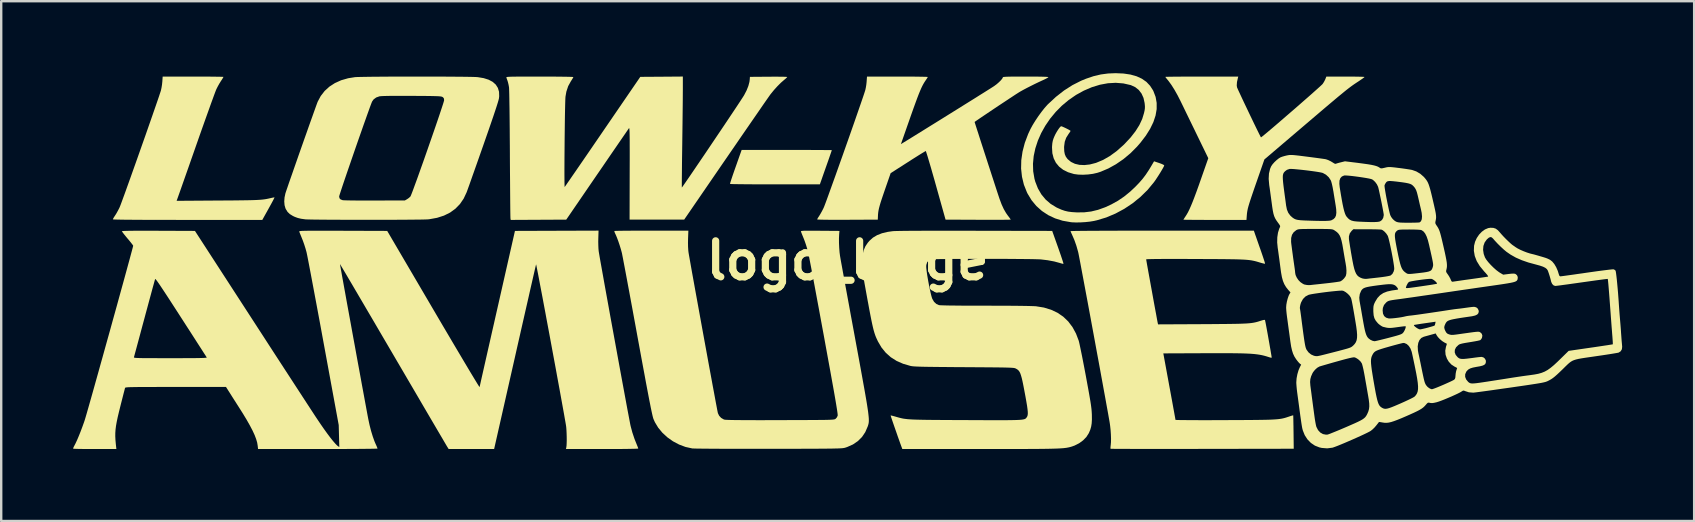
<source format=kicad_pcb>
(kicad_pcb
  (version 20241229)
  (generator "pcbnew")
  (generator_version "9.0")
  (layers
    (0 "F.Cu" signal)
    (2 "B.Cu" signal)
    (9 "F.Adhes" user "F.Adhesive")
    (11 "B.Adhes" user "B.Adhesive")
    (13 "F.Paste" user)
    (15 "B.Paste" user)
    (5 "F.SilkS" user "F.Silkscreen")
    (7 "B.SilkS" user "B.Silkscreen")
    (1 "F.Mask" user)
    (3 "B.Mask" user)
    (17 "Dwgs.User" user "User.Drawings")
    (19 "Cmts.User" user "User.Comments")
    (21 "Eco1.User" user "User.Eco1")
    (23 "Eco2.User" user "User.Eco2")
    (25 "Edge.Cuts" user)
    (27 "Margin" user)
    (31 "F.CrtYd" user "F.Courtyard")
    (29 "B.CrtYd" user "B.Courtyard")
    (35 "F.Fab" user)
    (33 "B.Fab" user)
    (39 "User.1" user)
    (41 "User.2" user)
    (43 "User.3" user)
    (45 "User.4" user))
  (footprint "logo_large"
    (layer "F.Cu")
    (at 32.274 7.808)
    (property "Reference" "logo_large" (at 0 0 0) (layer "F.SilkS") (effects (font (size 1.5 1.5) (thickness 0.3))))
    (attr board_only exclude_from_pos_files exclude_from_bom)
    (fp_poly (pts (xy -2.245 -4.61) (xy -1.966 -4.609) (xy -1.705 -4.609) (xy -1.465 -4.608) (xy -1.249 -4.607) (xy -1.061 -4.606) (xy -0.905 -4.605) (xy -0.784 -4.604) (xy -0.702 -4.603) (xy -0.662 -4.601) (xy -0.659 -4.601) (xy -0.666 -4.577) (xy -0.687 -4.515) (xy -0.72 -4.42) (xy -0.762 -4.298) (xy -0.812 -4.155) (xy -0.868 -3.996) (xy -0.873 -3.983) (xy -0.931 -3.818) (xy -0.986 -3.662) (xy -1.035 -3.523) (xy -1.075 -3.407) (xy -1.105 -3.322) (xy -1.122 -3.275) (xy -1.157 -3.175) (xy -3.023 -3.175) (xy -3.315 -3.175) (xy -3.593 -3.176) (xy -3.854 -3.177) (xy -4.094 -3.178) (xy -4.31 -3.18) (xy -4.497 -3.182) (xy -4.653 -3.184) (xy -4.774 -3.186) (xy -4.856 -3.189) (xy -4.896 -3.192) (xy -4.9 -3.193) (xy -4.898 -3.21) (xy -4.887 -3.254) (xy -4.865 -3.325) (xy -4.831 -3.428) (xy -4.785 -3.564) (xy -4.726 -3.735) (xy -4.652 -3.944) (xy -4.564 -4.193) (xy -4.502 -4.369) (xy -4.416 -4.61) (xy -2.537 -4.61)) (stroke (width 0) (type solid)) (fill yes) (layer "F.SilkS"))
    (fp_poly (pts (xy -27.039 -7.667) (xy -26.814 -7.666) (xy -26.609 -7.665) (xy -26.427 -7.663) (xy -26.273 -7.661) (xy -26.15 -7.659) (xy -26.064 -7.657) (xy -26.018 -7.654) (xy -26.011 -7.653) (xy -26.024 -7.628) (xy -26.056 -7.574) (xy -26.102 -7.502) (xy -26.117 -7.48) (xy -26.183 -7.374) (xy -26.251 -7.252) (xy -26.304 -7.147) (xy -26.324 -7.1) (xy -26.358 -7.012) (xy -26.405 -6.886) (xy -26.463 -6.726) (xy -26.533 -6.535) (xy -26.611 -6.316) (xy -26.698 -6.074) (xy -26.792 -5.811) (xy -26.892 -5.53) (xy -26.996 -5.236) (xy -27.103 -4.931) (xy -27.129 -4.857) (xy -27.236 -4.551) (xy -27.34 -4.256) (xy -27.438 -3.975) (xy -27.531 -3.711) (xy -27.617 -3.467) (xy -27.694 -3.248) (xy -27.762 -3.055) (xy -27.819 -2.893) (xy -27.865 -2.764) (xy -27.897 -2.673) (xy -27.916 -2.621) (xy -27.918 -2.614) (xy -27.964 -2.489) (xy -26.241 -2.501) (xy -25.903 -2.503) (xy -25.608 -2.505) (xy -25.352 -2.508) (xy -25.132 -2.511) (xy -24.945 -2.514) (xy -24.785 -2.518) (xy -24.65 -2.523) (xy -24.535 -2.529) (xy -24.438 -2.536) (xy -24.353 -2.545) (xy -24.278 -2.555) (xy -24.209 -2.567) (xy -24.141 -2.581) (xy -24.072 -2.597) (xy -24.052 -2.601) (xy -23.972 -2.619) (xy -23.912 -2.63) (xy -23.884 -2.631) (xy -23.884 -2.631) (xy -23.893 -2.609) (xy -23.921 -2.552) (xy -23.966 -2.465) (xy -24.025 -2.356) (xy -24.095 -2.229) (xy -24.134 -2.158) (xy -24.393 -1.693) (xy -27.507 -1.693) (xy -28.023 -1.694) (xy -28.492 -1.694) (xy -28.914 -1.695) (xy -29.289 -1.696) (xy -29.617 -1.698) (xy -29.899 -1.7) (xy -30.135 -1.702) (xy -30.324 -1.705) (xy -30.466 -1.708) (xy -30.563 -1.711) (xy -30.613 -1.715) (xy -30.621 -1.717) (xy -30.609 -1.747) (xy -30.576 -1.804) (xy -30.53 -1.875) (xy -30.527 -1.879) (xy -30.471 -1.968) (xy -30.409 -2.08) (xy -30.351 -2.192) (xy -30.341 -2.214) (xy -30.321 -2.262) (xy -30.287 -2.35) (xy -30.241 -2.475) (xy -30.183 -2.634) (xy -30.114 -2.822) (xy -30.037 -3.037) (xy -29.952 -3.273) (xy -29.861 -3.528) (xy -29.765 -3.798) (xy -29.665 -4.078) (xy -29.563 -4.366) (xy -29.46 -4.658) (xy -29.357 -4.95) (xy -29.255 -5.238) (xy -29.157 -5.519) (xy -29.063 -5.788) (xy -28.974 -6.043) (xy -28.892 -6.279) (xy -28.818 -6.493) (xy -28.753 -6.681) (xy -28.699 -6.839) (xy -28.658 -6.964) (xy -28.629 -7.051) (xy -28.617 -7.091) (xy -28.594 -7.197) (xy -28.573 -7.325) (xy -28.56 -7.448) (xy -28.559 -7.461) (xy -28.545 -7.667) (xy -27.278 -7.667)) (stroke (width 0) (type solid)) (fill yes) (layer "F.SilkS"))
    (fp_poly (pts (xy 16.265 -7.614) (xy 16.226 -7.44) (xy 16.216 -7.3) (xy 16.227 -7.221) (xy 16.241 -7.187) (xy 16.272 -7.116) (xy 16.319 -7.014) (xy 16.379 -6.886) (xy 16.449 -6.736) (xy 16.527 -6.57) (xy 16.611 -6.394) (xy 16.698 -6.211) (xy 16.786 -6.027) (xy 16.872 -5.848) (xy 16.954 -5.677) (xy 17.03 -5.521) (xy 17.097 -5.385) (xy 17.152 -5.273) (xy 17.194 -5.191) (xy 17.219 -5.143) (xy 17.225 -5.133) (xy 17.245 -5.145) (xy 17.297 -5.186) (xy 17.377 -5.251) (xy 17.483 -5.339) (xy 17.61 -5.446) (xy 17.755 -5.569) (xy 17.915 -5.706) (xy 18.086 -5.853) (xy 18.265 -6.008) (xy 18.449 -6.167) (xy 18.635 -6.327) (xy 18.818 -6.487) (xy 18.995 -6.642) (xy 19.163 -6.789) (xy 19.319 -6.926) (xy 19.458 -7.05) (xy 19.579 -7.158) (xy 19.677 -7.246) (xy 19.749 -7.313) (xy 19.791 -7.354) (xy 19.799 -7.364) (xy 19.852 -7.446) (xy 19.898 -7.535) (xy 19.911 -7.565) (xy 19.95 -7.667) (xy 20.747 -7.667) (xy 20.935 -7.667) (xy 21.107 -7.665) (xy 21.258 -7.663) (xy 21.382 -7.66) (xy 21.475 -7.657) (xy 21.529 -7.653) (xy 21.542 -7.649) (xy 21.523 -7.631) (xy 21.472 -7.592) (xy 21.395 -7.538) (xy 21.299 -7.473) (xy 21.254 -7.444) (xy 21.189 -7.401) (xy 21.127 -7.36) (xy 21.065 -7.317) (xy 21.002 -7.272) (xy 20.935 -7.222) (xy 20.86 -7.165) (xy 20.777 -7.1) (xy 20.682 -7.023) (xy 20.574 -6.934) (xy 20.448 -6.831) (xy 20.304 -6.71) (xy 20.139 -6.571) (xy 19.949 -6.411) (xy 19.734 -6.228) (xy 19.49 -6.02) (xy 19.215 -5.786) (xy 18.932 -5.545) (xy 17.368 -4.213) (xy 17.046 -3.288) (xy 16.957 -3.033) (xy 16.883 -2.817) (xy 16.822 -2.637) (xy 16.772 -2.486) (xy 16.733 -2.362) (xy 16.702 -2.258) (xy 16.679 -2.171) (xy 16.663 -2.095) (xy 16.651 -2.027) (xy 16.642 -1.961) (xy 16.636 -1.892) (xy 16.635 -1.881) (xy 16.621 -1.693) (xy 15.307 -1.693) (xy 15.063 -1.693) (xy 14.834 -1.694) (xy 14.624 -1.695) (xy 14.437 -1.696) (xy 14.277 -1.697) (xy 14.149 -1.698) (xy 14.057 -1.7) (xy 14.004 -1.702) (xy 13.994 -1.703) (xy 14.006 -1.725) (xy 14.038 -1.776) (xy 14.079 -1.838) (xy 14.134 -1.924) (xy 14.19 -2.024) (xy 14.248 -2.143) (xy 14.31 -2.283) (xy 14.379 -2.45) (xy 14.455 -2.647) (xy 14.541 -2.878) (xy 14.638 -3.147) (xy 14.709 -3.35) (xy 15.03 -4.265) (xy 14.543 -5.267) (xy 14.438 -5.484) (xy 14.332 -5.701) (xy 14.23 -5.911) (xy 14.134 -6.108) (xy 14.048 -6.286) (xy 13.974 -6.439) (xy 13.915 -6.56) (xy 13.886 -6.62) (xy 13.752 -6.884) (xy 13.619 -7.12) (xy 13.492 -7.321) (xy 13.373 -7.484) (xy 13.345 -7.518) (xy 13.293 -7.581) (xy 13.255 -7.629) (xy 13.241 -7.653) (xy 13.241 -7.653) (xy 13.264 -7.656) (xy 13.33 -7.658) (xy 13.435 -7.66) (xy 13.575 -7.662) (xy 13.747 -7.663) (xy 13.947 -7.665) (xy 14.169 -7.666) (xy 14.412 -7.667) (xy 14.67 -7.667) (xy 14.761 -7.667) (xy 16.28 -7.667)) (stroke (width 0) (type solid)) (fill yes) (layer "F.SilkS"))
    (fp_poly (pts (xy 11.496 -7.794) (xy 11.787 -7.751) (xy 12.042 -7.679) (xy 12.263 -7.577) (xy 12.451 -7.446) (xy 12.605 -7.283) (xy 12.729 -7.09) (xy 12.744 -7.058) (xy 12.835 -6.819) (xy 12.879 -6.57) (xy 12.879 -6.311) (xy 12.833 -6.045) (xy 12.742 -5.77) (xy 12.606 -5.489) (xy 12.426 -5.202) (xy 12.201 -4.908) (xy 12.058 -4.744) (xy 11.785 -4.47) (xy 11.491 -4.225) (xy 11.182 -4.013) (xy 10.865 -3.837) (xy 10.545 -3.701) (xy 10.407 -3.656) (xy 10.224 -3.614) (xy 10.019 -3.587) (xy 9.809 -3.576) (xy 9.61 -3.582) (xy 9.437 -3.605) (xy 9.428 -3.607) (xy 9.187 -3.68) (xy 8.981 -3.783) (xy 8.812 -3.915) (xy 8.68 -4.074) (xy 8.587 -4.26) (xy 8.532 -4.471) (xy 8.518 -4.707) (xy 8.52 -4.765) (xy 8.531 -4.892) (xy 8.55 -4.993) (xy 8.582 -5.092) (xy 8.613 -5.167) (xy 8.658 -5.263) (xy 8.713 -5.361) (xy 8.77 -5.452) (xy 8.824 -5.528) (xy 8.869 -5.579) (xy 8.898 -5.597) (xy 8.933 -5.588) (xy 8.994 -5.562) (xy 9.07 -5.527) (xy 9.149 -5.488) (xy 9.22 -5.451) (xy 9.271 -5.42) (xy 9.29 -5.404) (xy 9.277 -5.375) (xy 9.242 -5.323) (xy 9.208 -5.276) (xy 9.108 -5.117) (xy 9.048 -4.95) (xy 9.023 -4.761) (xy 9.021 -4.704) (xy 9.028 -4.55) (xy 9.051 -4.43) (xy 9.093 -4.33) (xy 9.159 -4.239) (xy 9.175 -4.221) (xy 9.309 -4.11) (xy 9.472 -4.032) (xy 9.66 -3.988) (xy 9.869 -3.979) (xy 10.094 -4.004) (xy 10.331 -4.065) (xy 10.36 -4.074) (xy 10.645 -4.193) (xy 10.926 -4.354) (xy 11.207 -4.558) (xy 11.488 -4.807) (xy 11.549 -4.867) (xy 11.797 -5.133) (xy 11.999 -5.393) (xy 12.159 -5.648) (xy 12.277 -5.901) (xy 12.351 -6.145) (xy 12.376 -6.256) (xy 12.388 -6.342) (xy 12.39 -6.423) (xy 12.382 -6.517) (xy 12.376 -6.569) (xy 12.33 -6.778) (xy 12.248 -6.959) (xy 12.133 -7.109) (xy 11.986 -7.226) (xy 11.809 -7.308) (xy 11.791 -7.314) (xy 11.49 -7.382) (xy 11.174 -7.407) (xy 10.848 -7.389) (xy 10.514 -7.327) (xy 10.175 -7.223) (xy 9.842 -7.08) (xy 9.517 -6.901) (xy 9.212 -6.69) (xy 8.929 -6.454) (xy 8.672 -6.194) (xy 8.441 -5.915) (xy 8.239 -5.62) (xy 8.067 -5.313) (xy 7.928 -4.997) (xy 7.823 -4.676) (xy 7.754 -4.354) (xy 7.724 -4.034) (xy 7.733 -3.72) (xy 7.785 -3.415) (xy 7.82 -3.287) (xy 7.93 -3.006) (xy 8.073 -2.759) (xy 8.249 -2.545) (xy 8.459 -2.363) (xy 8.702 -2.214) (xy 8.761 -2.186) (xy 8.911 -2.12) (xy 9.048 -2.073) (xy 9.187 -2.04) (xy 9.342 -2.02) (xy 9.528 -2.008) (xy 9.549 -2.007) (xy 9.854 -2.009) (xy 10.147 -2.044) (xy 10.436 -2.114) (xy 10.731 -2.22) (xy 10.995 -2.342) (xy 11.267 -2.493) (xy 11.522 -2.666) (xy 11.772 -2.869) (xy 11.985 -3.069) (xy 12.151 -3.241) (xy 12.294 -3.406) (xy 12.423 -3.576) (xy 12.55 -3.767) (xy 12.65 -3.932) (xy 12.77 -4.136) (xy 12.982 -4.065) (xy 13.075 -4.031) (xy 13.147 -3.999) (xy 13.188 -3.973) (xy 13.194 -3.964) (xy 13.181 -3.929) (xy 13.147 -3.863) (xy 13.096 -3.774) (xy 13.033 -3.669) (xy 12.963 -3.557) (xy 12.89 -3.445) (xy 12.82 -3.34) (xy 12.763 -3.261) (xy 12.501 -2.944) (xy 12.203 -2.652) (xy 11.877 -2.387) (xy 11.527 -2.154) (xy 11.159 -1.956) (xy 10.779 -1.796) (xy 10.391 -1.679) (xy 10.264 -1.65) (xy 10.095 -1.622) (xy 9.903 -1.602) (xy 9.704 -1.59) (xy 9.513 -1.587) (xy 9.347 -1.594) (xy 9.302 -1.599) (xy 8.961 -1.659) (xy 8.646 -1.758) (xy 8.357 -1.894) (xy 8.097 -2.066) (xy 7.866 -2.272) (xy 7.667 -2.512) (xy 7.502 -2.783) (xy 7.471 -2.846) (xy 7.346 -3.161) (xy 7.266 -3.491) (xy 7.229 -3.832) (xy 7.237 -4.182) (xy 7.289 -4.541) (xy 7.384 -4.906) (xy 7.523 -5.274) (xy 7.621 -5.483) (xy 7.711 -5.648) (xy 7.822 -5.828) (xy 7.947 -6.014) (xy 8.077 -6.193) (xy 8.205 -6.355) (xy 8.323 -6.488) (xy 8.346 -6.512) (xy 8.681 -6.822) (xy 9.02 -7.087) (xy 9.369 -7.31) (xy 9.73 -7.493) (xy 9.937 -7.578) (xy 10.251 -7.684) (xy 10.552 -7.755) (xy 10.857 -7.796) (xy 11.168 -7.808)) (stroke (width 0) (type solid)) (fill yes) (layer "F.SilkS"))
    (fp_poly (pts (xy 2.312 -7.667) (xy 2.537 -7.666) (xy 2.742 -7.665) (xy 2.924 -7.663) (xy 3.079 -7.66) (xy 3.201 -7.658) (xy 3.287 -7.655) (xy 3.333 -7.652) (xy 3.34 -7.65) (xy 3.327 -7.624) (xy 3.294 -7.571) (xy 3.247 -7.502) (xy 3.245 -7.499) (xy 3.201 -7.433) (xy 3.158 -7.361) (xy 3.114 -7.279) (xy 3.068 -7.183) (xy 3.019 -7.069) (xy 2.963 -6.933) (xy 2.901 -6.771) (xy 2.83 -6.579) (xy 2.748 -6.353) (xy 2.654 -6.089) (xy 2.592 -5.912) (xy 2.22 -4.851) (xy 2.362 -4.939) (xy 2.528 -5.04) (xy 2.716 -5.156) (xy 2.924 -5.285) (xy 3.147 -5.423) (xy 3.383 -5.57) (xy 3.629 -5.722) (xy 3.88 -5.878) (xy 4.134 -6.036) (xy 4.386 -6.193) (xy 4.635 -6.348) (xy 4.875 -6.498) (xy 5.103 -6.64) (xy 5.318 -6.774) (xy 5.513 -6.897) (xy 5.688 -7.006) (xy 5.837 -7.1) (xy 5.958 -7.176) (xy 6.047 -7.233) (xy 6.1 -7.267) (xy 6.11 -7.274) (xy 6.21 -7.348) (xy 6.302 -7.428) (xy 6.381 -7.506) (xy 6.438 -7.574) (xy 6.466 -7.624) (xy 6.468 -7.635) (xy 6.474 -7.643) (xy 6.498 -7.65) (xy 6.541 -7.655) (xy 6.609 -7.659) (xy 6.705 -7.663) (xy 6.832 -7.665) (xy 6.995 -7.666) (xy 7.198 -7.667) (xy 7.422 -7.667) (xy 7.691 -7.667) (xy 7.913 -7.665) (xy 8.091 -7.662) (xy 8.224 -7.658) (xy 8.313 -7.654) (xy 8.36 -7.647) (xy 8.368 -7.643) (xy 8.345 -7.623) (xy 8.287 -7.59) (xy 8.206 -7.549) (xy 8.137 -7.517) (xy 7.977 -7.443) (xy 7.805 -7.361) (xy 7.631 -7.274) (xy 7.464 -7.189) (xy 7.315 -7.11) (xy 7.194 -7.042) (xy 7.145 -7.013) (xy 7.087 -6.976) (xy 6.999 -6.92) (xy 6.887 -6.846) (xy 6.754 -6.759) (xy 6.607 -6.661) (xy 6.448 -6.556) (xy 6.283 -6.447) (xy 6.117 -6.336) (xy 5.955 -6.227) (xy 5.8 -6.123) (xy 5.657 -6.027) (xy 5.531 -5.942) (xy 5.428 -5.871) (xy 5.35 -5.818) (xy 5.304 -5.785) (xy 5.292 -5.775) (xy 5.299 -5.751) (xy 5.319 -5.687) (xy 5.351 -5.587) (xy 5.393 -5.455) (xy 5.445 -5.296) (xy 5.503 -5.113) (xy 5.568 -4.912) (xy 5.638 -4.697) (xy 5.711 -4.471) (xy 5.786 -4.24) (xy 5.861 -4.007) (xy 5.936 -3.778) (xy 6.008 -3.555) (xy 6.077 -3.344) (xy 6.14 -3.15) (xy 6.197 -2.975) (xy 6.246 -2.825) (xy 6.286 -2.704) (xy 6.315 -2.617) (xy 6.329 -2.575) (xy 6.416 -2.342) (xy 6.506 -2.146) (xy 6.602 -1.98) (xy 6.675 -1.876) (xy 6.731 -1.803) (xy 6.773 -1.745) (xy 6.795 -1.71) (xy 6.797 -1.706) (xy 6.774 -1.704) (xy 6.708 -1.702) (xy 6.604 -1.7) (xy 6.465 -1.699) (xy 6.295 -1.698) (xy 6.099 -1.698) (xy 5.881 -1.698) (xy 5.645 -1.698) (xy 5.439 -1.699) (xy 4.081 -1.705) (xy 3.68 -3.135) (xy 3.61 -3.385) (xy 3.542 -3.621) (xy 3.48 -3.84) (xy 3.422 -4.036) (xy 3.371 -4.208) (xy 3.329 -4.35) (xy 3.294 -4.459) (xy 3.27 -4.532) (xy 3.258 -4.564) (xy 3.256 -4.565) (xy 3.232 -4.552) (xy 3.173 -4.517) (xy 3.083 -4.463) (xy 2.967 -4.391) (xy 2.831 -4.305) (xy 2.677 -4.208) (xy 2.514 -4.103) (xy 1.793 -3.642) (xy 1.567 -2.991) (xy 1.489 -2.764) (xy 1.425 -2.575) (xy 1.374 -2.418) (xy 1.336 -2.288) (xy 1.307 -2.178) (xy 1.287 -2.084) (xy 1.274 -1.998) (xy 1.266 -1.916) (xy 1.264 -1.867) (xy 1.257 -1.705) (xy -0.007 -1.699) (xy -0.271 -1.698) (xy -0.512 -1.698) (xy -0.725 -1.699) (xy -0.908 -1.7) (xy -1.057 -1.703) (xy -1.169 -1.706) (xy -1.241 -1.709) (xy -1.27 -1.714) (xy -1.27 -1.714) (xy -1.258 -1.743) (xy -1.225 -1.799) (xy -1.184 -1.861) (xy -1.135 -1.941) (xy -1.076 -2.046) (xy -1.019 -2.157) (xy -0.999 -2.199) (xy -0.979 -2.246) (xy -0.945 -2.334) (xy -0.898 -2.459) (xy -0.84 -2.618) (xy -0.772 -2.806) (xy -0.695 -3.02) (xy -0.61 -3.256) (xy -0.518 -3.511) (xy -0.422 -3.781) (xy -0.322 -4.063) (xy -0.219 -4.351) (xy -0.116 -4.644) (xy -0.012 -4.937) (xy 0.09 -5.226) (xy 0.189 -5.509) (xy 0.284 -5.78) (xy 0.373 -6.037) (xy 0.456 -6.276) (xy 0.531 -6.492) (xy 0.597 -6.684) (xy 0.652 -6.845) (xy 0.695 -6.974) (xy 0.725 -7.067) (xy 0.739 -7.114) (xy 0.759 -7.208) (xy 0.778 -7.325) (xy 0.791 -7.443) (xy 0.792 -7.461) (xy 0.807 -7.667) (xy 2.073 -7.667)) (stroke (width 0) (type solid)) (fill yes) (layer "F.SilkS"))
    (fp_poly (pts (xy -6.867 -7.156) (xy -6.868 -7.047) (xy -6.869 -6.897) (xy -6.87 -6.709) (xy -6.872 -6.49) (xy -6.875 -6.245) (xy -6.878 -5.977) (xy -6.881 -5.694) (xy -6.885 -5.399) (xy -6.889 -5.098) (xy -6.892 -4.848) (xy -6.896 -4.562) (xy -6.9 -4.289) (xy -6.903 -4.034) (xy -6.905 -3.801) (xy -6.907 -3.592) (xy -6.909 -3.411) (xy -6.91 -3.262) (xy -6.91 -3.149) (xy -6.91 -3.075) (xy -6.909 -3.044) (xy -6.909 -3.044) (xy -6.894 -3.061) (xy -6.856 -3.114) (xy -6.796 -3.2) (xy -6.716 -3.316) (xy -6.618 -3.458) (xy -6.506 -3.622) (xy -6.38 -3.807) (xy -6.243 -4.009) (xy -6.097 -4.224) (xy -5.944 -4.449) (xy -5.787 -4.682) (xy -5.628 -4.918) (xy -5.468 -5.156) (xy -5.31 -5.39) (xy -5.156 -5.619) (xy -5.008 -5.84) (xy -4.869 -6.048) (xy -4.74 -6.241) (xy -4.624 -6.415) (xy -4.523 -6.568) (xy -4.439 -6.696) (xy -4.374 -6.796) (xy -4.33 -6.865) (xy -4.314 -6.891) (xy -4.212 -7.087) (xy -4.137 -7.275) (xy -4.092 -7.445) (xy -4.08 -7.538) (xy -4.072 -7.655) (xy -3.294 -7.661) (xy -3.109 -7.662) (xy -2.939 -7.662) (xy -2.79 -7.661) (xy -2.668 -7.659) (xy -2.579 -7.656) (xy -2.527 -7.652) (xy -2.516 -7.649) (xy -2.534 -7.627) (xy -2.579 -7.584) (xy -2.642 -7.531) (xy -2.647 -7.527) (xy -2.78 -7.411) (xy -2.924 -7.267) (xy -3.067 -7.109) (xy -3.198 -6.949) (xy -3.222 -6.918) (xy -3.251 -6.877) (xy -3.305 -6.8) (xy -3.383 -6.689) (xy -3.482 -6.547) (xy -3.6 -6.376) (xy -3.736 -6.178) (xy -3.889 -5.957) (xy -4.056 -5.715) (xy -4.237 -5.453) (xy -4.428 -5.176) (xy -4.628 -4.884) (xy -4.837 -4.581) (xy -5.051 -4.269) (xy -5.082 -4.225) (xy -6.812 -1.705) (xy -7.949 -1.705) (xy -9.087 -1.705) (xy -9.083 -3.634) (xy -9.082 -3.982) (xy -9.081 -4.286) (xy -9.081 -4.549) (xy -9.082 -4.773) (xy -9.082 -4.962) (xy -9.083 -5.117) (xy -9.085 -5.243) (xy -9.087 -5.341) (xy -9.09 -5.414) (xy -9.094 -5.466) (xy -9.098 -5.499) (xy -9.103 -5.516) (xy -9.108 -5.519) (xy -9.113 -5.515) (xy -9.131 -5.489) (xy -9.173 -5.428) (xy -9.239 -5.332) (xy -9.325 -5.207) (xy -9.431 -5.053) (xy -9.554 -4.874) (xy -9.692 -4.673) (xy -9.844 -4.452) (xy -10.007 -4.214) (xy -10.18 -3.961) (xy -10.361 -3.697) (xy -10.437 -3.587) (xy -11.726 -1.705) (xy -12.883 -1.699) (xy -14.04 -1.693) (xy -14.05 -1.746) (xy -14.052 -1.776) (xy -14.054 -1.85) (xy -14.056 -1.965) (xy -14.058 -2.118) (xy -14.06 -2.306) (xy -14.062 -2.526) (xy -14.064 -2.774) (xy -14.066 -3.048) (xy -14.068 -3.344) (xy -14.071 -3.66) (xy -14.073 -3.992) (xy -14.075 -4.338) (xy -14.075 -4.433) (xy -14.077 -4.787) (xy -14.08 -5.13) (xy -14.082 -5.458) (xy -14.085 -5.768) (xy -14.088 -6.057) (xy -14.091 -6.322) (xy -14.095 -6.559) (xy -14.098 -6.765) (xy -14.101 -6.938) (xy -14.105 -7.073) (xy -14.108 -7.168) (xy -14.111 -7.221) (xy -14.112 -7.225) (xy -14.13 -7.325) (xy -14.153 -7.423) (xy -14.171 -7.484) (xy -14.197 -7.555) (xy -14.217 -7.612) (xy -14.221 -7.626) (xy -14.222 -7.634) (xy -14.216 -7.642) (xy -14.199 -7.648) (xy -14.169 -7.653) (xy -14.122 -7.657) (xy -14.054 -7.66) (xy -13.961 -7.663) (xy -13.842 -7.664) (xy -13.691 -7.666) (xy -13.505 -7.666) (xy -13.282 -7.667) (xy -13.017 -7.667) (xy -12.832 -7.667) (xy -12.578 -7.667) (xy -12.339 -7.666) (xy -12.119 -7.664) (xy -11.923 -7.662) (xy -11.753 -7.66) (xy -11.616 -7.657) (xy -11.513 -7.654) (xy -11.45 -7.65) (xy -11.43 -7.647) (xy -11.442 -7.619) (xy -11.475 -7.563) (xy -11.521 -7.49) (xy -11.533 -7.472) (xy -11.646 -7.267) (xy -11.721 -7.04) (xy -11.758 -6.83) (xy -11.762 -6.774) (xy -11.766 -6.678) (xy -11.77 -6.548) (xy -11.774 -6.387) (xy -11.778 -6.199) (xy -11.782 -5.99) (xy -11.785 -5.762) (xy -11.788 -5.521) (xy -11.791 -5.27) (xy -11.794 -5.014) (xy -11.796 -4.757) (xy -11.798 -4.503) (xy -11.8 -4.257) (xy -11.801 -4.023) (xy -11.802 -3.804) (xy -11.802 -3.606) (xy -11.801 -3.432) (xy -11.8 -3.287) (xy -11.798 -3.175) (xy -11.796 -3.1) (xy -11.793 -3.066) (xy -11.792 -3.065) (xy -11.776 -3.087) (xy -11.735 -3.145) (xy -11.672 -3.237) (xy -11.586 -3.36) (xy -11.481 -3.513) (xy -11.357 -3.692) (xy -11.217 -3.896) (xy -11.062 -4.121) (xy -10.894 -4.366) (xy -10.714 -4.628) (xy -10.525 -4.904) (xy -10.327 -5.193) (xy -10.206 -5.37) (xy -8.641 -7.655) (xy -7.754 -7.661) (xy -6.867 -7.668)) (stroke (width 0) (type solid)) (fill yes) (layer "F.SilkS"))
    (fp_poly (pts (xy -17.531 -7.667) (xy -17.228 -7.666) (xy -16.934 -7.665) (xy -16.655 -7.664) (xy -16.393 -7.662) (xy -16.153 -7.66) (xy -15.939 -7.658) (xy -15.755 -7.655) (xy -15.606 -7.652) (xy -15.494 -7.648) (xy -15.425 -7.644) (xy -15.416 -7.643) (xy -15.168 -7.602) (xy -14.959 -7.536) (xy -14.791 -7.446) (xy -14.663 -7.332) (xy -14.575 -7.194) (xy -14.527 -7.033) (xy -14.521 -6.848) (xy -14.531 -6.757) (xy -14.545 -6.699) (xy -14.574 -6.597) (xy -14.619 -6.453) (xy -14.679 -6.269) (xy -14.754 -6.044) (xy -14.844 -5.781) (xy -14.947 -5.481) (xy -15.065 -5.143) (xy -15.183 -4.805) (xy -15.282 -4.523) (xy -15.378 -4.25) (xy -15.47 -3.99) (xy -15.556 -3.746) (xy -15.635 -3.524) (xy -15.705 -3.325) (xy -15.765 -3.155) (xy -15.815 -3.017) (xy -15.852 -2.914) (xy -15.875 -2.851) (xy -15.879 -2.841) (xy -16.002 -2.58) (xy -16.158 -2.353) (xy -16.347 -2.159) (xy -16.568 -1.999) (xy -16.822 -1.873) (xy -17.108 -1.781) (xy -17.427 -1.723) (xy -17.477 -1.717) (xy -17.534 -1.714) (xy -17.633 -1.711) (xy -17.771 -1.708) (xy -17.944 -1.706) (xy -18.147 -1.704) (xy -18.378 -1.702) (xy -18.632 -1.7) (xy -18.905 -1.699) (xy -19.192 -1.698) (xy -19.491 -1.697) (xy -19.797 -1.697) (xy -20.107 -1.697) (xy -20.415 -1.697) (xy -20.719 -1.698) (xy -21.014 -1.699) (xy -21.296 -1.7) (xy -21.561 -1.701) (xy -21.806 -1.703) (xy -22.027 -1.705) (xy -22.218 -1.707) (xy -22.378 -1.71) (xy -22.5 -1.713) (xy -22.583 -1.716) (xy -22.613 -1.719) (xy -22.777 -1.742) (xy -22.912 -1.774) (xy -23.033 -1.818) (xy -23.116 -1.857) (xy -23.245 -1.936) (xy -23.34 -2.027) (xy -23.413 -2.144) (xy -23.427 -2.175) (xy -23.465 -2.305) (xy -23.478 -2.462) (xy -23.466 -2.631) (xy -23.457 -2.671) (xy -21.19 -2.671) (xy -21.177 -2.598) (xy -21.132 -2.549) (xy -21.049 -2.517) (xy -21.043 -2.515) (xy -21.005 -2.512) (xy -20.925 -2.509) (xy -20.808 -2.506) (xy -20.657 -2.504) (xy -20.478 -2.502) (xy -20.275 -2.501) (xy -20.053 -2.5) (xy -19.816 -2.5) (xy -19.709 -2.501) (xy -18.45 -2.505) (xy -18.356 -2.559) (xy -18.287 -2.607) (xy -18.23 -2.659) (xy -18.218 -2.673) (xy -18.202 -2.707) (xy -18.172 -2.781) (xy -18.129 -2.892) (xy -18.076 -3.036) (xy -18.013 -3.208) (xy -17.941 -3.404) (xy -17.863 -3.622) (xy -17.78 -3.856) (xy -17.692 -4.102) (xy -17.602 -4.358) (xy -17.511 -4.618) (xy -17.42 -4.88) (xy -17.33 -5.138) (xy -17.243 -5.389) (xy -17.16 -5.63) (xy -17.083 -5.855) (xy -17.013 -6.062) (xy -16.952 -6.246) (xy -16.9 -6.403) (xy -16.859 -6.529) (xy -16.831 -6.621) (xy -16.817 -6.674) (xy -16.816 -6.684) (xy -16.824 -6.753) (xy -16.857 -6.798) (xy -16.879 -6.814) (xy -16.896 -6.823) (xy -16.92 -6.831) (xy -16.953 -6.838) (xy -17 -6.843) (xy -17.065 -6.848) (xy -17.151 -6.851) (xy -17.264 -6.854) (xy -17.406 -6.857) (xy -17.582 -6.859) (xy -17.795 -6.86) (xy -18.05 -6.862) (xy -18.164 -6.863) (xy -18.489 -6.864) (xy -18.767 -6.864) (xy -19.001 -6.863) (xy -19.19 -6.86) (xy -19.337 -6.856) (xy -19.441 -6.851) (xy -19.505 -6.845) (xy -19.512 -6.843) (xy -19.646 -6.796) (xy -19.753 -6.717) (xy -19.815 -6.63) (xy -19.833 -6.589) (xy -19.864 -6.509) (xy -19.907 -6.393) (xy -19.96 -6.245) (xy -20.023 -6.07) (xy -20.094 -5.87) (xy -20.172 -5.652) (xy -20.254 -5.417) (xy -20.341 -5.17) (xy -20.43 -4.916) (xy -20.52 -4.657) (xy -20.609 -4.399) (xy -20.697 -4.144) (xy -20.782 -3.897) (xy -20.863 -3.662) (xy -20.938 -3.442) (xy -21.006 -3.242) (xy -21.065 -3.066) (xy -21.114 -2.917) (xy -21.152 -2.8) (xy -21.178 -2.718) (xy -21.19 -2.676) (xy -21.19 -2.671) (xy -23.457 -2.671) (xy -23.43 -2.799) (xy -23.414 -2.848) (xy -23.384 -2.937) (xy -23.341 -3.062) (xy -23.288 -3.218) (xy -23.224 -3.401) (xy -23.152 -3.606) (xy -23.074 -3.831) (xy -22.99 -4.07) (xy -22.903 -4.32) (xy -22.813 -4.576) (xy -22.722 -4.834) (xy -22.632 -5.09) (xy -22.543 -5.34) (xy -22.459 -5.579) (xy -22.379 -5.804) (xy -22.305 -6.01) (xy -22.24 -6.193) (xy -22.184 -6.349) (xy -22.139 -6.474) (xy -22.106 -6.564) (xy -22.087 -6.614) (xy -22.085 -6.619) (xy -21.958 -6.857) (xy -21.794 -7.068) (xy -21.596 -7.248) (xy -21.366 -7.397) (xy -21.105 -7.514) (xy -20.816 -7.597) (xy -20.53 -7.643) (xy -20.467 -7.647) (xy -20.361 -7.65) (xy -20.216 -7.653) (xy -20.037 -7.656) (xy -19.827 -7.659) (xy -19.591 -7.661) (xy -19.332 -7.663) (xy -19.054 -7.665) (xy -18.762 -7.666) (xy -18.46 -7.666) (xy -18.151 -7.667) (xy -17.84 -7.667)) (stroke (width 0) (type solid)) (fill yes) (layer "F.SilkS"))
    (fp_poly (pts (xy 16.963 -1.147) (xy 16.98 -1.097) (xy 17.011 -1.011) (xy 17.051 -0.895) (xy 17.1 -0.755) (xy 17.154 -0.6) (xy 17.203 -0.463) (xy 17.257 -0.306) (xy 17.305 -0.165) (xy 17.345 -0.044) (xy 17.375 0.049) (xy 17.392 0.11) (xy 17.396 0.133) (xy 17.37 0.131) (xy 17.31 0.118) (xy 17.228 0.096) (xy 17.189 0.085) (xy 17.111 0.061) (xy 17.04 0.04) (xy 16.971 0.022) (xy 16.903 0.007) (xy 16.83 -0.007) (xy 16.751 -0.018) (xy 16.661 -0.028) (xy 16.557 -0.036) (xy 16.436 -0.042) (xy 16.294 -0.048) (xy 16.129 -0.052) (xy 15.936 -0.055) (xy 15.713 -0.058) (xy 15.455 -0.06) (xy 15.161 -0.062) (xy 14.825 -0.063) (xy 14.493 -0.065) (xy 14.079 -0.066) (xy 13.712 -0.067) (xy 13.391 -0.067) (xy 13.116 -0.066) (xy 12.888 -0.065) (xy 12.707 -0.062) (xy 12.573 -0.059) (xy 12.485 -0.056) (xy 12.444 -0.051) (xy 12.441 -0.05) (xy 12.445 -0.023) (xy 12.457 0.044) (xy 12.475 0.148) (xy 12.499 0.283) (xy 12.528 0.444) (xy 12.561 0.625) (xy 12.597 0.823) (xy 12.635 1.032) (xy 12.674 1.246) (xy 12.713 1.462) (xy 12.751 1.673) (xy 12.788 1.874) (xy 12.823 2.062) (xy 12.854 2.229) (xy 12.88 2.373) (xy 12.901 2.487) (xy 12.916 2.566) (xy 12.924 2.605) (xy 12.924 2.606) (xy 12.937 2.66) (xy 14.776 2.651) (xy 15.135 2.649) (xy 15.451 2.646) (xy 15.726 2.644) (xy 15.965 2.641) (xy 16.171 2.638) (xy 16.347 2.634) (xy 16.497 2.628) (xy 16.624 2.622) (xy 16.732 2.614) (xy 16.825 2.604) (xy 16.905 2.592) (xy 16.977 2.578) (xy 17.044 2.562) (xy 17.109 2.544) (xy 17.175 2.523) (xy 17.217 2.509) (xy 17.318 2.479) (xy 17.376 2.471) (xy 17.393 2.479) (xy 17.401 2.513) (xy 17.416 2.585) (xy 17.436 2.689) (xy 17.46 2.818) (xy 17.487 2.966) (xy 17.516 3.125) (xy 17.545 3.29) (xy 17.574 3.454) (xy 17.601 3.611) (xy 17.626 3.753) (xy 17.646 3.874) (xy 17.662 3.968) (xy 17.671 4.028) (xy 17.672 4.048) (xy 17.647 4.049) (xy 17.592 4.036) (xy 17.54 4.02) (xy 17.449 3.991) (xy 17.36 3.966) (xy 17.268 3.944) (xy 17.169 3.925) (xy 17.06 3.909) (xy 16.938 3.895) (xy 16.799 3.884) (xy 16.64 3.876) (xy 16.457 3.869) (xy 16.246 3.865) (xy 16.004 3.862) (xy 15.727 3.86) (xy 15.413 3.86) (xy 15.056 3.861) (xy 14.85 3.862) (xy 13.156 3.869) (xy 13.409 5.245) (xy 13.455 5.493) (xy 13.498 5.727) (xy 13.538 5.944) (xy 13.573 6.138) (xy 13.604 6.307) (xy 13.629 6.446) (xy 13.648 6.55) (xy 13.659 6.616) (xy 13.663 6.639) (xy 13.686 6.642) (xy 13.753 6.645) (xy 13.86 6.647) (xy 14.004 6.648) (xy 14.182 6.65) (xy 14.39 6.651) (xy 14.624 6.652) (xy 14.883 6.652) (xy 15.161 6.652) (xy 15.456 6.651) (xy 15.728 6.65) (xy 16.104 6.648) (xy 16.437 6.647) (xy 16.729 6.645) (xy 16.984 6.643) (xy 17.205 6.64) (xy 17.395 6.637) (xy 17.558 6.633) (xy 17.697 6.627) (xy 17.815 6.62) (xy 17.916 6.612) (xy 18.002 6.602) (xy 18.077 6.591) (xy 18.145 6.577) (xy 18.209 6.561) (xy 18.271 6.543) (xy 18.335 6.522) (xy 18.398 6.501) (xy 18.478 6.474) (xy 18.539 6.456) (xy 18.568 6.45) (xy 18.569 6.45) (xy 18.571 6.474) (xy 18.573 6.539) (xy 18.575 6.64) (xy 18.577 6.77) (xy 18.58 6.923) (xy 18.582 7.095) (xy 18.583 7.15) (xy 18.591 7.843) (xy 14.779 7.849) (xy 14.36 7.85) (xy 13.953 7.85) (xy 13.561 7.851) (xy 13.187 7.851) (xy 12.833 7.851) (xy 12.502 7.851) (xy 12.197 7.85) (xy 11.919 7.85) (xy 11.671 7.849) (xy 11.456 7.849) (xy 11.276 7.848) (xy 11.133 7.847) (xy 11.031 7.846) (xy 10.971 7.844) (xy 10.956 7.843) (xy 10.953 7.816) (xy 10.957 7.755) (xy 10.965 7.685) (xy 10.975 7.568) (xy 10.977 7.418) (xy 10.971 7.247) (xy 10.959 7.066) (xy 10.94 6.889) (xy 10.924 6.773) (xy 10.91 6.69) (xy 10.888 6.567) (xy 10.86 6.407) (xy 10.825 6.213) (xy 10.784 5.988) (xy 10.739 5.736) (xy 10.688 5.459) (xy 10.634 5.162) (xy 10.576 4.846) (xy 10.516 4.516) (xy 10.453 4.173) (xy 10.388 3.823) (xy 10.323 3.467) (xy 10.257 3.109) (xy 10.191 2.752) (xy 10.126 2.399) (xy 10.062 2.054) (xy 10 1.72) (xy 9.94 1.399) (xy 9.883 1.095) (xy 9.83 0.811) (xy 9.781 0.55) (xy 9.737 0.316) (xy 9.699 0.112) (xy 9.666 -0.06) (xy 9.64 -0.196) (xy 9.621 -0.292) (xy 9.609 -0.346) (xy 9.608 -0.353) (xy 9.534 -0.614) (xy 9.449 -0.856) (xy 9.358 -1.065) (xy 9.358 -1.067) (xy 9.323 -1.141) (xy 9.298 -1.198) (xy 9.29 -1.225) (xy 9.313 -1.228) (xy 9.381 -1.23) (xy 9.493 -1.233) (xy 9.646 -1.235) (xy 9.838 -1.237) (xy 10.067 -1.239) (xy 10.332 -1.24) (xy 10.63 -1.242) (xy 10.96 -1.243) (xy 11.32 -1.244) (xy 11.707 -1.245) (xy 12.12 -1.246) (xy 12.558 -1.246) (xy 13.017 -1.246) (xy 13.109 -1.246) (xy 16.929 -1.246)) (stroke (width 0) (type solid)) (fill yes) (layer "F.SilkS"))
    (fp_poly (pts (xy -6.65 -0.911) (xy -6.653 -0.741) (xy -6.65 -0.575) (xy -6.641 -0.43) (xy -6.634 -0.365) (xy -6.627 -0.317) (xy -6.612 -0.228) (xy -6.589 -0.099) (xy -6.56 0.065) (xy -6.525 0.263) (xy -6.485 0.489) (xy -6.439 0.742) (xy -6.389 1.018) (xy -6.336 1.313) (xy -6.279 1.625) (xy -6.22 1.95) (xy -6.159 2.285) (xy -6.097 2.627) (xy -6.034 2.972) (xy -5.971 3.318) (xy -5.908 3.66) (xy -5.847 3.996) (xy -5.787 4.323) (xy -5.729 4.637) (xy -5.674 4.934) (xy -5.623 5.213) (xy -5.575 5.469) (xy -5.532 5.7) (xy -5.495 5.901) (xy -5.463 6.07) (xy -5.438 6.204) (xy -5.419 6.299) (xy -5.408 6.352) (xy -5.406 6.36) (xy -5.356 6.465) (xy -5.273 6.556) (xy -5.169 6.618) (xy -5.134 6.63) (xy -5.098 6.635) (xy -5.028 6.639) (xy -4.922 6.643) (xy -4.78 6.646) (xy -4.599 6.648) (xy -4.379 6.65) (xy -4.118 6.651) (xy -3.815 6.652) (xy -3.468 6.652) (xy -3.077 6.651) (xy -2.802 6.65) (xy -2.428 6.649) (xy -2.099 6.648) (xy -1.81 6.647) (xy -1.56 6.646) (xy -1.345 6.645) (xy -1.163 6.643) (xy -1.011 6.642) (xy -0.886 6.64) (xy -0.785 6.637) (xy -0.705 6.634) (xy -0.644 6.63) (xy -0.598 6.626) (xy -0.564 6.621) (xy -0.541 6.616) (xy -0.524 6.609) (xy -0.511 6.602) (xy -0.501 6.595) (xy -0.448 6.536) (xy -0.415 6.465) (xy -0.414 6.445) (xy -0.416 6.406) (xy -0.423 6.348) (xy -0.434 6.268) (xy -0.45 6.164) (xy -0.471 6.035) (xy -0.497 5.878) (xy -0.529 5.691) (xy -0.567 5.473) (xy -0.612 5.221) (xy -0.664 4.934) (xy -0.722 4.609) (xy -0.789 4.245) (xy -0.863 3.839) (xy -0.945 3.39) (xy -0.986 3.163) (xy -1.058 2.775) (xy -1.128 2.396) (xy -1.195 2.029) (xy -1.261 1.677) (xy -1.323 1.343) (xy -1.381 1.03) (xy -1.436 0.741) (xy -1.485 0.479) (xy -1.529 0.247) (xy -1.568 0.047) (xy -1.6 -0.116) (xy -1.624 -0.242) (xy -1.642 -0.325) (xy -1.648 -0.353) (xy -1.687 -0.499) (xy -1.736 -0.659) (xy -1.789 -0.812) (xy -1.825 -0.906) (xy -1.868 -1.011) (xy -1.905 -1.103) (xy -1.932 -1.172) (xy -1.944 -1.206) (xy -1.946 -1.217) (xy -1.939 -1.226) (xy -1.919 -1.232) (xy -1.882 -1.237) (xy -1.823 -1.241) (xy -1.738 -1.243) (xy -1.622 -1.243) (xy -1.47 -1.243) (xy -1.279 -1.242) (xy -1.149 -1.241) (xy -0.341 -1.235) (xy -0.353 -1.094) (xy -0.361 -0.927) (xy -0.36 -0.733) (xy -0.351 -0.531) (xy -0.336 -0.339) (xy -0.317 -0.194) (xy -0.308 -0.143) (xy -0.292 -0.049) (xy -0.268 0.085) (xy -0.236 0.258) (xy -0.199 0.464) (xy -0.155 0.702) (xy -0.107 0.969) (xy -0.053 1.262) (xy 0.005 1.578) (xy 0.067 1.913) (xy 0.131 2.266) (xy 0.199 2.633) (xy 0.269 3.011) (xy 0.299 3.175) (xy 0.385 3.642) (xy 0.463 4.064) (xy 0.533 4.446) (xy 0.595 4.788) (xy 0.65 5.093) (xy 0.699 5.364) (xy 0.741 5.603) (xy 0.777 5.812) (xy 0.807 5.994) (xy 0.831 6.151) (xy 0.851 6.285) (xy 0.865 6.4) (xy 0.875 6.496) (xy 0.882 6.578) (xy 0.884 6.646) (xy 0.883 6.703) (xy 0.879 6.752) (xy 0.872 6.795) (xy 0.862 6.835) (xy 0.851 6.873) (xy 0.838 6.913) (xy 0.837 6.914) (xy 0.736 7.149) (xy 0.599 7.353) (xy 0.427 7.524) (xy 0.222 7.664) (xy -0.018 7.771) (xy -0.106 7.8) (xy -0.128 7.806) (xy -0.155 7.811) (xy -0.187 7.816) (xy -0.228 7.821) (xy -0.281 7.824) (xy -0.347 7.828) (xy -0.429 7.831) (xy -0.53 7.833) (xy -0.652 7.836) (xy -0.798 7.838) (xy -0.97 7.839) (xy -1.17 7.841) (xy -1.402 7.842) (xy -1.667 7.843) (xy -1.968 7.844) (xy -2.308 7.844) (xy -2.689 7.845) (xy -3.113 7.846) (xy -3.293 7.846) (xy -3.67 7.846) (xy -4.036 7.846) (xy -4.388 7.846) (xy -4.723 7.845) (xy -5.037 7.845) (xy -5.329 7.844) (xy -5.594 7.842) (xy -5.83 7.841) (xy -6.035 7.839) (xy -6.205 7.837) (xy -6.337 7.835) (xy -6.428 7.832) (xy -6.476 7.83) (xy -6.479 7.829) (xy -6.757 7.768) (xy -7.025 7.667) (xy -7.278 7.533) (xy -7.511 7.368) (xy -7.718 7.178) (xy -7.894 6.966) (xy -8.032 6.737) (xy -8.09 6.606) (xy -8.102 6.572) (xy -8.116 6.522) (xy -8.132 6.457) (xy -8.151 6.373) (xy -8.174 6.267) (xy -8.201 6.139) (xy -8.231 5.986) (xy -8.267 5.806) (xy -8.307 5.596) (xy -8.353 5.355) (xy -8.405 5.08) (xy -8.462 4.769) (xy -8.527 4.421) (xy -8.599 4.033) (xy -8.678 3.602) (xy -8.762 3.146) (xy -8.833 2.756) (xy -8.903 2.377) (xy -8.97 2.012) (xy -9.035 1.662) (xy -9.096 1.331) (xy -9.154 1.022) (xy -9.207 0.737) (xy -9.255 0.48) (xy -9.298 0.252) (xy -9.335 0.058) (xy -9.365 -0.101) (xy -9.389 -0.221) (xy -9.404 -0.3) (xy -9.411 -0.329) (xy -9.45 -0.473) (xy -9.498 -0.63) (xy -9.551 -0.788) (xy -9.605 -0.934) (xy -9.654 -1.055) (xy -9.679 -1.107) (xy -9.708 -1.172) (xy -9.721 -1.218) (xy -9.72 -1.232) (xy -9.694 -1.234) (xy -9.626 -1.237) (xy -9.518 -1.239) (xy -9.375 -1.241) (xy -9.201 -1.243) (xy -9 -1.244) (xy -8.775 -1.245) (xy -8.531 -1.246) (xy -8.271 -1.246) (xy -8.171 -1.246) (xy -6.637 -1.246)) (stroke (width 0) (type solid)) (fill yes) (layer "F.SilkS"))
    (fp_poly (pts (xy 4.426 -1.243) (xy 4.899 -1.242) (xy 5.315 -1.241) (xy 8.525 -1.235) (xy 8.767 -0.555) (xy 8.826 -0.386) (xy 8.88 -0.231) (xy 8.925 -0.097) (xy 8.961 0.012) (xy 8.985 0.09) (xy 8.996 0.131) (xy 8.997 0.136) (xy 8.97 0.136) (xy 8.912 0.122) (xy 8.838 0.1) (xy 8.605 0.037) (xy 8.336 -0.013) (xy 8.055 -0.047) (xy 7.988 -0.051) (xy 7.88 -0.054) (xy 7.737 -0.058) (xy 7.561 -0.061) (xy 7.357 -0.063) (xy 7.128 -0.065) (xy 6.88 -0.067) (xy 6.616 -0.069) (xy 6.34 -0.07) (xy 6.055 -0.07) (xy 5.767 -0.071) (xy 5.479 -0.071) (xy 5.195 -0.07) (xy 4.92 -0.069) (xy 4.656 -0.068) (xy 4.409 -0.067) (xy 4.183 -0.065) (xy 3.981 -0.062) (xy 3.807 -0.06) (xy 3.665 -0.057) (xy 3.561 -0.053) (xy 3.496 -0.049) (xy 3.479 -0.047) (xy 3.38 -0.002) (xy 3.315 0.071) (xy 3.281 0.176) (xy 3.275 0.23) (xy 3.277 0.3) (xy 3.289 0.408) (xy 3.307 0.544) (xy 3.332 0.7) (xy 3.361 0.867) (xy 3.393 1.036) (xy 3.426 1.199) (xy 3.459 1.347) (xy 3.489 1.471) (xy 3.516 1.562) (xy 3.528 1.594) (xy 3.603 1.723) (xy 3.702 1.812) (xy 3.805 1.857) (xy 3.847 1.862) (xy 3.936 1.866) (xy 4.07 1.87) (xy 4.248 1.874) (xy 4.47 1.876) (xy 4.734 1.879) (xy 5.041 1.88) (xy 5.388 1.881) (xy 5.754 1.881) (xy 6.1 1.882) (xy 6.425 1.883) (xy 6.724 1.884) (xy 6.996 1.886) (xy 7.237 1.889) (xy 7.443 1.892) (xy 7.613 1.896) (xy 7.743 1.9) (xy 7.83 1.904) (xy 7.853 1.906) (xy 8.18 1.959) (xy 8.478 2.05) (xy 8.746 2.176) (xy 8.985 2.339) (xy 9.193 2.538) (xy 9.37 2.773) (xy 9.517 3.043) (xy 9.629 3.336) (xy 9.645 3.396) (xy 9.668 3.498) (xy 9.697 3.635) (xy 9.732 3.804) (xy 9.772 3.999) (xy 9.814 4.215) (xy 9.859 4.447) (xy 9.905 4.69) (xy 9.929 4.817) (xy 9.981 5.102) (xy 10.026 5.345) (xy 10.063 5.551) (xy 10.093 5.725) (xy 10.118 5.871) (xy 10.137 5.994) (xy 10.151 6.098) (xy 10.162 6.189) (xy 10.169 6.27) (xy 10.174 6.347) (xy 10.178 6.423) (xy 10.178 6.434) (xy 10.18 6.626) (xy 10.171 6.784) (xy 10.149 6.921) (xy 10.113 7.047) (xy 10.059 7.176) (xy 10.049 7.197) (xy 9.95 7.352) (xy 9.812 7.494) (xy 9.644 7.616) (xy 9.452 7.713) (xy 9.278 7.77) (xy 9.231 7.782) (xy 9.182 7.792) (xy 9.129 7.802) (xy 9.07 7.81) (xy 9.002 7.818) (xy 8.923 7.824) (xy 8.83 7.83) (xy 8.72 7.835) (xy 8.592 7.839) (xy 8.443 7.843) (xy 8.27 7.846) (xy 8.071 7.849) (xy 7.844 7.85) (xy 7.585 7.852) (xy 7.293 7.853) (xy 6.965 7.854) (xy 6.599 7.855) (xy 6.192 7.855) (xy 5.741 7.855) (xy 5.497 7.855) (xy 2.28 7.855) (xy 2.256 7.792) (xy 2.227 7.713) (xy 2.188 7.607) (xy 2.143 7.479) (xy 2.092 7.337) (xy 2.04 7.186) (xy 1.987 7.035) (xy 1.936 6.888) (xy 1.889 6.752) (xy 1.849 6.635) (xy 1.818 6.542) (xy 1.798 6.48) (xy 1.792 6.456) (xy 1.792 6.455) (xy 1.816 6.458) (xy 1.875 6.472) (xy 1.957 6.494) (xy 1.999 6.506) (xy 2.072 6.527) (xy 2.139 6.546) (xy 2.203 6.562) (xy 2.267 6.577) (xy 2.335 6.59) (xy 2.41 6.6) (xy 2.494 6.61) (xy 2.591 6.617) (xy 2.704 6.624) (xy 2.836 6.629) (xy 2.99 6.633) (xy 3.17 6.637) (xy 3.378 6.64) (xy 3.618 6.642) (xy 3.892 6.644) (xy 4.204 6.646) (xy 4.558 6.647) (xy 4.927 6.649) (xy 5.319 6.65) (xy 5.667 6.652) (xy 5.973 6.653) (xy 6.241 6.653) (xy 6.472 6.653) (xy 6.67 6.652) (xy 6.838 6.65) (xy 6.978 6.647) (xy 7.093 6.643) (xy 7.186 6.638) (xy 7.26 6.631) (xy 7.317 6.622) (xy 7.36 6.612) (xy 7.392 6.601) (xy 7.415 6.587) (xy 7.433 6.571) (xy 7.448 6.553) (xy 7.463 6.533) (xy 7.465 6.531) (xy 7.487 6.492) (xy 7.502 6.444) (xy 7.509 6.38) (xy 7.507 6.296) (xy 7.496 6.187) (xy 7.477 6.048) (xy 7.447 5.872) (xy 7.411 5.668) (xy 7.364 5.417) (xy 7.324 5.208) (xy 7.289 5.037) (xy 7.257 4.899) (xy 7.226 4.79) (xy 7.197 4.705) (xy 7.166 4.641) (xy 7.132 4.592) (xy 7.095 4.555) (xy 7.052 4.525) (xy 7.021 4.508) (xy 7.004 4.499) (xy 6.986 4.491) (xy 6.964 4.484) (xy 6.935 4.478) (xy 6.896 4.473) (xy 6.844 4.469) (xy 6.775 4.465) (xy 6.688 4.462) (xy 6.578 4.459) (xy 6.443 4.456) (xy 6.28 4.454) (xy 6.086 4.452) (xy 5.857 4.45) (xy 5.591 4.448) (xy 5.285 4.446) (xy 4.935 4.444) (xy 4.857 4.443) (xy 4.489 4.441) (xy 4.166 4.438) (xy 3.884 4.436) (xy 3.639 4.433) (xy 3.43 4.431) (xy 3.252 4.428) (xy 3.103 4.425) (xy 2.98 4.421) (xy 2.88 4.417) (xy 2.799 4.413) (xy 2.735 4.408) (xy 2.685 4.403) (xy 2.645 4.396) (xy 2.622 4.392) (xy 2.313 4.302) (xy 2.04 4.182) (xy 1.799 4.029) (xy 1.591 3.844) (xy 1.412 3.624) (xy 1.262 3.369) (xy 1.254 3.351) (xy 1.215 3.269) (xy 1.179 3.188) (xy 1.147 3.105) (xy 1.117 3.014) (xy 1.087 2.911) (xy 1.057 2.792) (xy 1.025 2.651) (xy 0.99 2.485) (xy 0.951 2.287) (xy 0.906 2.054) (xy 0.856 1.781) (xy 0.837 1.682) (xy 0.783 1.385) (xy 0.737 1.131) (xy 0.698 0.915) (xy 0.667 0.733) (xy 0.641 0.58) (xy 0.622 0.453) (xy 0.608 0.347) (xy 0.598 0.258) (xy 0.593 0.182) (xy 0.591 0.116) (xy 0.592 0.054) (xy 0.595 -0.008) (xy 0.597 -0.024) (xy 0.623 -0.244) (xy 0.67 -0.43) (xy 0.74 -0.593) (xy 0.839 -0.741) (xy 0.911 -0.825) (xy 1.056 -0.955) (xy 1.228 -1.058) (xy 1.433 -1.138) (xy 1.672 -1.195) (xy 1.881 -1.224) (xy 1.941 -1.228) (xy 2.047 -1.231) (xy 2.197 -1.234) (xy 2.392 -1.237) (xy 2.629 -1.239) (xy 2.909 -1.24) (xy 3.229 -1.242) (xy 3.589 -1.242) (xy 3.989 -1.243)) (stroke (width 0) (type solid)) (fill yes) (layer "F.SilkS"))
    (fp_poly (pts (xy -10.39 -0.932) (xy -10.393 -0.789) (xy -10.39 -0.638) (xy -10.384 -0.498) (xy -10.375 -0.396) (xy -10.368 -0.35) (xy -10.353 -0.261) (xy -10.331 -0.132) (xy -10.302 0.034) (xy -10.266 0.233) (xy -10.225 0.463) (xy -10.179 0.72) (xy -10.129 1.001) (xy -10.074 1.304) (xy -10.016 1.624) (xy -9.955 1.959) (xy -9.893 2.305) (xy -9.828 2.66) (xy -9.762 3.019) (xy -9.696 3.381) (xy -9.63 3.742) (xy -9.565 4.099) (xy -9.501 4.448) (xy -9.439 4.786) (xy -9.379 5.111) (xy -9.322 5.419) (xy -9.269 5.706) (xy -9.22 5.971) (xy -9.176 6.209) (xy -9.136 6.418) (xy -9.103 6.593) (xy -9.076 6.733) (xy -9.057 6.834) (xy -9.044 6.893) (xy -9.043 6.898) (xy -8.972 7.163) (xy -8.882 7.432) (xy -8.806 7.623) (xy -8.77 7.711) (xy -8.742 7.782) (xy -8.727 7.826) (xy -8.725 7.834) (xy -8.748 7.838) (xy -8.816 7.842) (xy -8.924 7.845) (xy -9.07 7.848) (xy -9.252 7.851) (xy -9.466 7.853) (xy -9.71 7.854) (xy -9.98 7.855) (xy -10.232 7.855) (xy -11.739 7.855) (xy -11.722 7.779) (xy -11.714 7.715) (xy -11.709 7.615) (xy -11.706 7.491) (xy -11.707 7.352) (xy -11.711 7.211) (xy -11.717 7.078) (xy -11.725 6.965) (xy -11.732 6.903) (xy -11.743 6.832) (xy -11.762 6.723) (xy -11.788 6.577) (xy -11.819 6.397) (xy -11.857 6.188) (xy -11.9 5.951) (xy -11.947 5.691) (xy -11.998 5.409) (xy -12.053 5.11) (xy -12.111 4.796) (xy -12.17 4.47) (xy -12.232 4.136) (xy -12.295 3.797) (xy -12.358 3.455) (xy -12.421 3.115) (xy -12.484 2.778) (xy -12.546 2.448) (xy -12.605 2.128) (xy -12.663 1.821) (xy -12.717 1.531) (xy -12.769 1.26) (xy -12.816 1.012) (xy -12.858 0.789) (xy -12.895 0.595) (xy -12.927 0.432) (xy -12.952 0.305) (xy -12.97 0.215) (xy -12.981 0.167) (xy -12.984 0.159) (xy -12.99 0.186) (xy -13.007 0.257) (xy -13.033 0.368) (xy -13.067 0.518) (xy -13.11 0.705) (xy -13.16 0.925) (xy -13.218 1.177) (xy -13.281 1.457) (xy -13.351 1.765) (xy -13.427 2.096) (xy -13.507 2.449) (xy -13.592 2.822) (xy -13.68 3.211) (xy -13.772 3.615) (xy -13.865 4.028) (xy -14.732 7.855) (xy -15.68 7.855) (xy -16.627 7.855) (xy -16.682 7.767) (xy -16.7 7.738) (xy -16.74 7.67) (xy -16.801 7.566) (xy -16.882 7.427) (xy -16.983 7.256) (xy -17.101 7.055) (xy -17.236 6.825) (xy -17.386 6.57) (xy -17.55 6.29) (xy -17.727 5.988) (xy -17.915 5.666) (xy -18.114 5.326) (xy -18.323 4.97) (xy -18.539 4.6) (xy -18.763 4.219) (xy -18.944 3.909) (xy -19.171 3.522) (xy -19.392 3.145) (xy -19.605 2.781) (xy -19.809 2.432) (xy -20.004 2.101) (xy -20.187 1.788) (xy -20.358 1.497) (xy -20.516 1.228) (xy -20.659 0.984) (xy -20.787 0.768) (xy -20.897 0.58) (xy -20.99 0.424) (xy -21.063 0.3) (xy -21.116 0.212) (xy -21.147 0.16) (xy -21.156 0.147) (xy -21.152 0.17) (xy -21.141 0.236) (xy -21.122 0.342) (xy -21.096 0.485) (xy -21.065 0.662) (xy -21.027 0.869) (xy -20.985 1.102) (xy -20.938 1.36) (xy -20.888 1.639) (xy -20.834 1.936) (xy -20.777 2.246) (xy -20.718 2.568) (xy -20.658 2.899) (xy -20.597 3.234) (xy -20.535 3.57) (xy -20.474 3.906) (xy -20.414 4.236) (xy -20.354 4.559) (xy -20.297 4.871) (xy -20.243 5.168) (xy -20.191 5.448) (xy -20.143 5.708) (xy -20.1 5.943) (xy -20.061 6.152) (xy -20.028 6.331) (xy -20.001 6.476) (xy -19.98 6.585) (xy -19.978 6.597) (xy -19.924 6.85) (xy -19.861 7.097) (xy -19.791 7.327) (xy -19.72 7.527) (xy -19.672 7.64) (xy -19.634 7.723) (xy -19.606 7.791) (xy -19.592 7.83) (xy -19.591 7.835) (xy -19.614 7.838) (xy -19.681 7.84) (xy -19.789 7.843) (xy -19.935 7.845) (xy -20.115 7.847) (xy -20.328 7.849) (xy -20.569 7.851) (xy -20.836 7.852) (xy -21.126 7.854) (xy -21.436 7.854) (xy -21.762 7.855) (xy -22.081 7.855) (xy -24.57 7.855) (xy -24.585 7.716) (xy -24.607 7.585) (xy -24.65 7.438) (xy -24.713 7.272) (xy -24.8 7.084) (xy -24.911 6.872) (xy -25.047 6.632) (xy -25.211 6.361) (xy -25.367 6.115) (xy -25.466 5.96) (xy -25.561 5.811) (xy -25.648 5.675) (xy -25.722 5.557) (xy -25.78 5.466) (xy -25.818 5.407) (xy -25.82 5.403) (xy -25.906 5.268) (xy -28.003 5.268) (xy -28.365 5.268) (xy -28.684 5.268) (xy -28.961 5.269) (xy -29.199 5.269) (xy -29.402 5.27) (xy -29.573 5.271) (xy -29.713 5.273) (xy -29.827 5.275) (xy -29.917 5.277) (xy -29.985 5.28) (xy -30.036 5.284) (xy -30.071 5.289) (xy -30.093 5.294) (xy -30.106 5.3) (xy -30.112 5.306) (xy -30.113 5.309) (xy -30.122 5.342) (xy -30.14 5.414) (xy -30.168 5.52) (xy -30.202 5.653) (xy -30.241 5.808) (xy -30.285 5.979) (xy -30.302 6.047) (xy -30.367 6.308) (xy -30.42 6.531) (xy -30.46 6.723) (xy -30.49 6.892) (xy -30.509 7.044) (xy -30.519 7.186) (xy -30.52 7.327) (xy -30.513 7.472) (xy -30.499 7.629) (xy -30.488 7.732) (xy -30.474 7.855) (xy -31.367 7.855) (xy -31.567 7.855) (xy -31.753 7.854) (xy -31.918 7.852) (xy -32.058 7.85) (xy -32.167 7.847) (xy -32.241 7.844) (xy -32.273 7.841) (xy -32.274 7.84) (xy -32.272 7.813) (xy -32.25 7.761) (xy -32.233 7.729) (xy -32.179 7.626) (xy -32.114 7.487) (xy -32.043 7.32) (xy -31.968 7.133) (xy -31.893 6.934) (xy -31.821 6.733) (xy -31.795 6.656) (xy -31.778 6.6) (xy -31.749 6.503) (xy -31.71 6.369) (xy -31.662 6.201) (xy -31.605 6.001) (xy -31.54 5.772) (xy -31.468 5.518) (xy -31.39 5.24) (xy -31.307 4.943) (xy -31.219 4.63) (xy -31.128 4.302) (xy -31.053 4.036) (xy -29.742 4.036) (xy -29.736 4.043) (xy -29.72 4.049) (xy -29.691 4.054) (xy -29.645 4.058) (xy -29.579 4.061) (xy -29.49 4.064) (xy -29.375 4.066) (xy -29.23 4.067) (xy -29.052 4.068) (xy -28.837 4.068) (xy -28.582 4.069) (xy -28.285 4.069) (xy -28.222 4.069) (xy -27.906 4.069) (xy -27.634 4.068) (xy -27.403 4.067) (xy -27.211 4.066) (xy -27.054 4.064) (xy -26.931 4.061) (xy -26.837 4.058) (xy -26.771 4.054) (xy -26.73 4.049) (xy -26.71 4.044) (xy -26.708 4.039) (xy -26.723 4.015) (xy -26.761 3.955) (xy -26.822 3.861) (xy -26.902 3.736) (xy -27 3.584) (xy -27.114 3.407) (xy -27.241 3.209) (xy -27.381 2.991) (xy -27.532 2.758) (xy -27.69 2.512) (xy -27.784 2.367) (xy -27.98 2.063) (xy -28.152 1.797) (xy -28.301 1.567) (xy -28.43 1.37) (xy -28.539 1.205) (xy -28.629 1.07) (xy -28.702 0.962) (xy -28.76 0.88) (xy -28.803 0.822) (xy -28.833 0.786) (xy -28.851 0.769) (xy -28.859 0.77) (xy -28.868 0.8) (xy -28.888 0.871) (xy -28.918 0.981) (xy -28.958 1.124) (xy -29.005 1.298) (xy -29.059 1.498) (xy -29.12 1.721) (xy -29.185 1.964) (xy -29.255 2.221) (xy -29.303 2.401) (xy -29.375 2.666) (xy -29.443 2.919) (xy -29.506 3.155) (xy -29.564 3.37) (xy -29.616 3.562) (xy -29.66 3.726) (xy -29.696 3.858) (xy -29.722 3.955) (xy -29.738 4.012) (xy -29.742 4.028) (xy -29.742 4.036) (xy -31.053 4.036) (xy -31.033 3.964) (xy -30.937 3.617) (xy -30.839 3.266) (xy -30.74 2.912) (xy -30.643 2.56) (xy -30.546 2.211) (xy -30.451 1.87) (xy -30.36 1.538) (xy -30.272 1.219) (xy -30.188 0.915) (xy -30.11 0.631) (xy -30.038 0.368) (xy -29.973 0.129) (xy -29.915 -0.082) (xy -29.867 -0.262) (xy -29.827 -0.409) (xy -29.798 -0.519) (xy -29.78 -0.59) (xy -29.774 -0.618) (xy -29.789 -0.644) (xy -29.829 -0.698) (xy -29.889 -0.774) (xy -29.964 -0.866) (xy -30.01 -0.919) (xy -30.091 -1.017) (xy -30.16 -1.102) (xy -30.211 -1.17) (xy -30.24 -1.212) (xy -30.245 -1.222) (xy -30.227 -1.227) (xy -30.171 -1.232) (xy -30.077 -1.236) (xy -29.943 -1.239) (xy -29.768 -1.241) (xy -29.551 -1.242) (xy -29.29 -1.242) (xy -28.984 -1.242) (xy -28.723 -1.241) (xy -27.2 -1.235) (xy -24.866 2.364) (xy -24.617 2.748) (xy -24.37 3.128) (xy -24.128 3.502) (xy -23.892 3.866) (xy -23.663 4.218) (xy -23.443 4.556) (xy -23.234 4.877) (xy -23.037 5.18) (xy -22.854 5.461) (xy -22.687 5.718) (xy -22.537 5.948) (xy -22.405 6.15) (xy -22.293 6.321) (xy -22.204 6.458) (xy -22.137 6.559) (xy -22.118 6.587) (xy -21.967 6.812) (xy -21.821 7.022) (xy -21.684 7.212) (xy -21.559 7.379) (xy -21.447 7.519) (xy -21.353 7.628) (xy -21.279 7.704) (xy -21.24 7.735) (xy -21.184 7.771) (xy -21.196 7.313) (xy -21.208 6.856) (xy -21.846 3.387) (xy -21.92 2.985) (xy -21.992 2.592) (xy -22.063 2.212) (xy -22.131 1.847) (xy -22.196 1.5) (xy -22.257 1.174) (xy -22.314 0.871) (xy -22.366 0.594) (xy -22.413 0.347) (xy -22.454 0.132) (xy -22.489 -0.049) (xy -22.517 -0.192) (xy -22.538 -0.294) (xy -22.551 -0.353) (xy -22.552 -0.357) (xy -22.592 -0.5) (xy -22.643 -0.662) (xy -22.698 -0.817) (xy -22.73 -0.898) (xy -22.773 -1.005) (xy -22.811 -1.098) (xy -22.839 -1.169) (xy -22.852 -1.205) (xy -22.853 -1.213) (xy -22.847 -1.22) (xy -22.833 -1.225) (xy -22.806 -1.23) (xy -22.764 -1.234) (xy -22.704 -1.237) (xy -22.623 -1.239) (xy -22.518 -1.241) (xy -22.385 -1.242) (xy -22.222 -1.243) (xy -22.025 -1.243) (xy -21.792 -1.243) (xy -21.52 -1.242) (xy -21.205 -1.241) (xy -21.027 -1.241) (xy -19.188 -1.235) (xy -17.267 2.039) (xy -17.055 2.4) (xy -16.85 2.749) (xy -16.652 3.084) (xy -16.464 3.403) (xy -16.285 3.705) (xy -16.118 3.986) (xy -15.964 4.246) (xy -15.824 4.481) (xy -15.699 4.69) (xy -15.59 4.87) (xy -15.499 5.02) (xy -15.428 5.137) (xy -15.376 5.219) (xy -15.346 5.265) (xy -15.338 5.273) (xy -15.332 5.246) (xy -15.316 5.175) (xy -15.291 5.064) (xy -15.258 4.915) (xy -15.216 4.73) (xy -15.167 4.513) (xy -15.111 4.266) (xy -15.049 3.991) (xy -14.981 3.691) (xy -14.908 3.37) (xy -14.831 3.028) (xy -14.749 2.67) (xy -14.665 2.297) (xy -14.597 1.999) (xy -13.864 -1.235) (xy -12.122 -1.241) (xy -10.38 -1.247)) (stroke (width 0) (type solid)) (fill yes) (layer "F.SilkS"))
    (fp_poly (pts (xy 18.515 -4.399) (xy 18.59 -4.395) (xy 18.687 -4.385) (xy 18.813 -4.371) (xy 18.972 -4.351) (xy 19.168 -4.326) (xy 19.347 -4.303) (xy 19.513 -4.281) (xy 19.661 -4.261) (xy 19.783 -4.244) (xy 19.874 -4.231) (xy 19.925 -4.222) (xy 19.932 -4.221) (xy 20.026 -4.188) (xy 20.134 -4.136) (xy 20.233 -4.076) (xy 20.252 -4.063) (xy 20.302 -4.035) (xy 20.338 -4.03) (xy 20.34 -4.031) (xy 20.373 -4.043) (xy 20.438 -4.063) (xy 20.524 -4.086) (xy 20.545 -4.091) (xy 20.726 -4.136) (xy 21.27 -4.069) (xy 21.495 -4.039) (xy 21.679 -4.013) (xy 21.827 -3.988) (xy 21.943 -3.963) (xy 22.032 -3.938) (xy 22.101 -3.911) (xy 22.153 -3.881) (xy 22.158 -3.878) (xy 22.196 -3.853) (xy 22.229 -3.842) (xy 22.272 -3.843) (xy 22.339 -3.857) (xy 22.392 -3.869) (xy 22.453 -3.884) (xy 22.506 -3.893) (xy 22.56 -3.897) (xy 22.624 -3.896) (xy 22.708 -3.889) (xy 22.82 -3.877) (xy 22.969 -3.858) (xy 22.973 -3.858) (xy 23.119 -3.839) (xy 23.26 -3.819) (xy 23.384 -3.8) (xy 23.48 -3.784) (xy 23.527 -3.774) (xy 23.698 -3.714) (xy 23.863 -3.617) (xy 24.006 -3.492) (xy 24.025 -3.472) (xy 24.073 -3.416) (xy 24.114 -3.363) (xy 24.15 -3.309) (xy 24.182 -3.249) (xy 24.213 -3.176) (xy 24.243 -3.087) (xy 24.276 -2.977) (xy 24.312 -2.839) (xy 24.353 -2.67) (xy 24.401 -2.464) (xy 24.446 -2.269) (xy 24.482 -2.107) (xy 24.507 -1.981) (xy 24.52 -1.884) (xy 24.524 -1.805) (xy 24.519 -1.737) (xy 24.507 -1.673) (xy 24.492 -1.603) (xy 24.493 -1.555) (xy 24.513 -1.508) (xy 24.553 -1.447) (xy 24.588 -1.395) (xy 24.617 -1.344) (xy 24.644 -1.288) (xy 24.67 -1.222) (xy 24.696 -1.139) (xy 24.725 -1.033) (xy 24.758 -0.899) (xy 24.798 -0.73) (xy 24.838 -0.557) (xy 24.886 -0.346) (xy 24.922 -0.175) (xy 24.949 -0.037) (xy 24.967 0.073) (xy 24.975 0.162) (xy 24.976 0.235) (xy 24.97 0.298) (xy 24.958 0.358) (xy 24.955 0.37) (xy 24.942 0.429) (xy 24.944 0.472) (xy 24.968 0.517) (xy 25.009 0.574) (xy 25.064 0.657) (xy 25.113 0.747) (xy 25.13 0.786) (xy 25.159 0.851) (xy 25.185 0.88) (xy 25.218 0.883) (xy 25.221 0.882) (xy 25.256 0.876) (xy 25.332 0.865) (xy 25.441 0.849) (xy 25.579 0.829) (xy 25.738 0.806) (xy 25.912 0.782) (xy 25.964 0.775) (xy 26.141 0.75) (xy 26.303 0.727) (xy 26.444 0.707) (xy 26.559 0.69) (xy 26.641 0.677) (xy 26.685 0.67) (xy 26.69 0.668) (xy 26.689 0.648) (xy 26.655 0.598) (xy 26.591 0.522) (xy 26.522 0.447) (xy 26.347 0.235) (xy 26.217 0.023) (xy 26.135 -0.191) (xy 26.098 -0.407) (xy 26.106 -0.616) (xy 26.147 -0.782) (xy 26.219 -0.939) (xy 26.316 -1.082) (xy 26.431 -1.202) (xy 26.559 -1.295) (xy 26.694 -1.352) (xy 26.793 -1.367) (xy 26.911 -1.361) (xy 27.009 -1.329) (xy 27.099 -1.263) (xy 27.184 -1.168) (xy 27.252 -1.09) (xy 27.337 -0.997) (xy 27.433 -0.899) (xy 27.53 -0.805) (xy 27.619 -0.722) (xy 27.691 -0.66) (xy 27.726 -0.635) (xy 27.789 -0.592) (xy 27.832 -0.561) (xy 27.917 -0.507) (xy 28.033 -0.448) (xy 28.168 -0.389) (xy 28.309 -0.335) (xy 28.441 -0.293) (xy 28.542 -0.268) (xy 28.586 -0.258) (xy 28.662 -0.237) (xy 28.758 -0.21) (xy 28.863 -0.179) (xy 28.963 -0.15) (xy 29.048 -0.124) (xy 29.104 -0.106) (xy 29.116 -0.101) (xy 29.154 -0.086) (xy 29.163 -0.083) (xy 29.189 -0.071) (xy 29.242 -0.045) (xy 29.276 -0.027) (xy 29.363 0.04) (xy 29.449 0.144) (xy 29.528 0.277) (xy 29.594 0.429) (xy 29.634 0.559) (xy 29.657 0.626) (xy 29.686 0.655) (xy 29.704 0.659) (xy 29.736 0.655) (xy 29.809 0.646) (xy 29.92 0.631) (xy 30.062 0.611) (xy 30.231 0.588) (xy 30.423 0.56) (xy 30.632 0.531) (xy 30.808 0.505) (xy 31.027 0.474) (xy 31.233 0.445) (xy 31.422 0.42) (xy 31.587 0.399) (xy 31.725 0.382) (xy 31.83 0.371) (xy 31.898 0.365) (xy 31.921 0.365) (xy 31.976 0.394) (xy 32.003 0.423) (xy 32.012 0.458) (xy 32.024 0.534) (xy 32.038 0.645) (xy 32.054 0.785) (xy 32.07 0.949) (xy 32.087 1.131) (xy 32.104 1.324) (xy 32.119 1.523) (xy 32.134 1.722) (xy 32.137 1.776) (xy 32.154 2.018) (xy 32.171 2.241) (xy 32.19 2.47) (xy 32.197 2.552) (xy 32.208 2.683) (xy 32.219 2.821) (xy 32.228 2.945) (xy 32.231 2.999) (xy 32.237 3.082) (xy 32.243 3.162) (xy 32.249 3.248) (xy 32.257 3.351) (xy 32.269 3.483) (xy 32.278 3.592) (xy 32.266 3.697) (xy 32.216 3.781) (xy 32.132 3.836) (xy 32.096 3.844) (xy 32.019 3.858) (xy 31.907 3.877) (xy 31.764 3.9) (xy 31.597 3.926) (xy 31.41 3.954) (xy 31.209 3.983) (xy 31.177 3.988) (xy 30.942 4.022) (xy 30.748 4.05) (xy 30.59 4.075) (xy 30.461 4.098) (xy 30.356 4.123) (xy 30.27 4.15) (xy 30.197 4.182) (xy 30.131 4.222) (xy 30.066 4.272) (xy 29.999 4.333) (xy 29.921 4.408) (xy 29.829 4.499) (xy 29.81 4.518) (xy 29.674 4.649) (xy 29.565 4.751) (xy 29.475 4.83) (xy 29.397 4.892) (xy 29.326 4.941) (xy 29.253 4.983) (xy 29.195 5.013) (xy 29.162 5.029) (xy 29.127 5.043) (xy 29.087 5.057) (xy 29.038 5.07) (xy 28.977 5.084) (xy 28.899 5.1) (xy 28.801 5.117) (xy 28.678 5.137) (xy 28.528 5.16) (xy 28.346 5.188) (xy 28.128 5.22) (xy 27.871 5.257) (xy 27.603 5.296) (xy 27.346 5.332) (xy 27.1 5.367) (xy 26.87 5.4) (xy 26.661 5.429) (xy 26.477 5.454) (xy 26.321 5.475) (xy 26.199 5.491) (xy 26.114 5.501) (xy 26.072 5.505) (xy 26.07 5.505) (xy 25.891 5.491) (xy 25.737 5.441) (xy 25.684 5.42) (xy 25.645 5.422) (xy 25.597 5.45) (xy 25.587 5.457) (xy 25.525 5.494) (xy 25.429 5.543) (xy 25.307 5.6) (xy 25.168 5.663) (xy 25.022 5.725) (xy 24.878 5.785) (xy 24.744 5.838) (xy 24.63 5.879) (xy 24.545 5.905) (xy 24.543 5.906) (xy 24.432 5.931) (xy 24.351 5.94) (xy 24.287 5.935) (xy 24.269 5.931) (xy 24.218 5.921) (xy 24.181 5.927) (xy 24.145 5.956) (xy 24.097 6.011) (xy 24.045 6.069) (xy 23.989 6.121) (xy 23.922 6.171) (xy 23.838 6.222) (xy 23.733 6.278) (xy 23.599 6.342) (xy 23.431 6.418) (xy 23.3 6.476) (xy 23.089 6.567) (xy 22.914 6.638) (xy 22.769 6.692) (xy 22.65 6.73) (xy 22.55 6.753) (xy 22.463 6.763) (xy 22.383 6.762) (xy 22.306 6.751) (xy 22.302 6.751) (xy 22.224 6.737) (xy 22.167 6.729) (xy 22.144 6.729) (xy 22.126 6.751) (xy 22.088 6.8) (xy 22.036 6.866) (xy 22.027 6.877) (xy 21.953 6.963) (xy 21.866 7.046) (xy 21.795 7.101) (xy 21.738 7.134) (xy 21.644 7.182) (xy 21.521 7.241) (xy 21.375 7.309) (xy 21.213 7.382) (xy 21.042 7.458) (xy 20.87 7.533) (xy 20.702 7.605) (xy 20.546 7.67) (xy 20.41 7.725) (xy 20.299 7.767) (xy 20.221 7.794) (xy 20.202 7.799) (xy 19.986 7.827) (xy 19.761 7.809) (xy 19.659 7.786) (xy 19.473 7.713) (xy 19.306 7.6) (xy 19.163 7.453) (xy 19.049 7.277) (xy 18.969 7.078) (xy 18.969 7.076) (xy 18.957 7.032) (xy 18.945 6.983) (xy 18.934 6.923) (xy 18.921 6.847) (xy 18.906 6.75) (xy 18.888 6.626) (xy 18.866 6.471) (xy 18.84 6.279) (xy 18.815 6.091) (xy 18.795 5.941) (xy 18.773 5.779) (xy 18.752 5.624) (xy 18.735 5.497) (xy 18.734 5.492) (xy 18.719 5.365) (xy 18.707 5.235) (xy 18.699 5.121) (xy 18.698 5.068) (xy 18.699 5.06) (xy 19.273 5.06) (xy 19.283 5.203) (xy 19.287 5.233) (xy 19.301 5.341) (xy 19.321 5.488) (xy 19.344 5.667) (xy 19.371 5.87) (xy 19.4 6.09) (xy 19.431 6.319) (xy 19.452 6.473) (xy 19.471 6.607) (xy 19.492 6.733) (xy 19.512 6.839) (xy 19.53 6.914) (xy 19.536 6.933) (xy 19.604 7.066) (xy 19.697 7.167) (xy 19.81 7.232) (xy 19.935 7.256) (xy 20.003 7.252) (xy 20.041 7.24) (xy 20.117 7.212) (xy 20.224 7.169) (xy 20.357 7.115) (xy 20.51 7.052) (xy 20.677 6.981) (xy 20.766 6.943) (xy 20.972 6.853) (xy 21.14 6.779) (xy 21.274 6.717) (xy 21.379 6.664) (xy 21.459 6.618) (xy 21.52 6.574) (xy 21.566 6.532) (xy 21.602 6.486) (xy 21.633 6.436) (xy 21.656 6.391) (xy 21.7 6.289) (xy 21.728 6.188) (xy 21.74 6.08) (xy 21.737 5.955) (xy 21.719 5.802) (xy 21.697 5.668) (xy 21.673 5.531) (xy 21.644 5.363) (xy 21.612 5.179) (xy 21.579 4.994) (xy 21.554 4.848) (xy 21.523 4.679) (xy 21.493 4.529) (xy 21.464 4.407) (xy 21.44 4.319) (xy 21.424 4.278) (xy 21.365 4.195) (xy 21.809 4.195) (xy 21.813 4.292) (xy 21.825 4.413) (xy 21.844 4.562) (xy 21.873 4.745) (xy 21.909 4.966) (xy 21.929 5.08) (xy 21.971 5.319) (xy 22.007 5.516) (xy 22.04 5.676) (xy 22.07 5.804) (xy 22.099 5.903) (xy 22.128 5.979) (xy 22.159 6.036) (xy 22.194 6.079) (xy 22.234 6.112) (xy 22.268 6.134) (xy 22.317 6.16) (xy 22.366 6.175) (xy 22.419 6.179) (xy 22.484 6.171) (xy 22.566 6.149) (xy 22.67 6.112) (xy 22.803 6.058) (xy 22.971 5.986) (xy 23.045 5.954) (xy 23.195 5.887) (xy 23.333 5.823) (xy 23.453 5.766) (xy 23.547 5.718) (xy 23.609 5.683) (xy 23.629 5.668) (xy 23.685 5.606) (xy 23.727 5.537) (xy 23.756 5.456) (xy 23.771 5.359) (xy 23.772 5.24) (xy 23.76 5.094) (xy 23.734 4.916) (xy 23.696 4.702) (xy 23.661 4.527) (xy 23.627 4.359) (xy 23.593 4.198) (xy 23.562 4.052) (xy 23.536 3.931) (xy 23.516 3.842) (xy 23.507 3.803) (xy 23.457 3.668) (xy 23.398 3.577) (xy 23.758 3.577) (xy 23.766 3.745) (xy 23.787 3.864) (xy 23.807 3.952) (xy 23.831 4.067) (xy 23.857 4.192) (xy 23.871 4.257) (xy 23.915 4.475) (xy 23.951 4.651) (xy 23.981 4.792) (xy 24.005 4.902) (xy 24.025 4.986) (xy 24.042 5.049) (xy 24.058 5.097) (xy 24.074 5.134) (xy 24.09 5.166) (xy 24.106 5.192) (xy 24.164 5.262) (xy 24.24 5.321) (xy 24.317 5.357) (xy 24.353 5.362) (xy 24.389 5.353) (xy 24.46 5.328) (xy 24.559 5.29) (xy 24.678 5.241) (xy 24.81 5.185) (xy 24.813 5.184) (xy 24.946 5.125) (xy 25.066 5.071) (xy 25.167 5.024) (xy 25.24 4.987) (xy 25.277 4.966) (xy 25.277 4.966) (xy 25.309 4.929) (xy 25.326 4.874) (xy 25.332 4.798) (xy 25.341 4.704) (xy 25.358 4.613) (xy 25.369 4.577) (xy 25.388 4.519) (xy 25.399 4.483) (xy 25.4 4.479) (xy 25.381 4.466) (xy 25.332 4.44) (xy 25.296 4.422) (xy 25.163 4.336) (xy 25.052 4.216) (xy 24.975 4.087) (xy 24.919 3.927) (xy 24.906 3.758) (xy 24.936 3.59) (xy 24.942 3.574) (xy 24.962 3.513) (xy 24.971 3.474) (xy 24.971 3.468) (xy 24.948 3.455) (xy 24.898 3.429) (xy 24.868 3.414) (xy 24.776 3.355) (xy 24.681 3.275) (xy 24.598 3.187) (xy 24.542 3.106) (xy 24.507 3.038) (xy 24.301 3.095) (xy 24.197 3.124) (xy 24.101 3.15) (xy 24.028 3.171) (xy 24.011 3.175) (xy 23.908 3.226) (xy 23.831 3.313) (xy 23.781 3.431) (xy 23.758 3.577) (xy 23.398 3.577) (xy 23.386 3.558) (xy 23.3 3.479) (xy 23.204 3.438) (xy 23.161 3.434) (xy 23.124 3.44) (xy 23.048 3.458) (xy 22.942 3.485) (xy 22.811 3.52) (xy 22.664 3.56) (xy 22.566 3.588) (xy 22.383 3.64) (xy 22.24 3.684) (xy 22.13 3.721) (xy 22.048 3.754) (xy 21.988 3.787) (xy 21.944 3.823) (xy 21.91 3.864) (xy 21.88 3.913) (xy 21.867 3.939) (xy 21.842 3.993) (xy 21.824 4.051) (xy 21.813 4.116) (xy 21.809 4.195) (xy 21.365 4.195) (xy 21.363 4.193) (xy 21.276 4.114) (xy 21.181 4.055) (xy 21.12 4.033) (xy 21.08 4.034) (xy 21.008 4.045) (xy 20.901 4.069) (xy 20.757 4.105) (xy 20.572 4.155) (xy 20.386 4.207) (xy 20.214 4.255) (xy 20.054 4.301) (xy 19.913 4.342) (xy 19.796 4.376) (xy 19.711 4.401) (xy 19.663 4.416) (xy 19.658 4.418) (xy 19.568 4.47) (xy 19.477 4.553) (xy 19.399 4.65) (xy 19.369 4.702) (xy 19.314 4.828) (xy 19.283 4.941) (xy 19.273 5.06) (xy 18.699 5.06) (xy 18.71 4.908) (xy 18.743 4.735) (xy 18.792 4.569) (xy 18.845 4.446) (xy 18.901 4.338) (xy 18.847 4.297) (xy 18.807 4.258) (xy 18.752 4.193) (xy 18.693 4.116) (xy 18.685 4.104) (xy 18.617 3.997) (xy 18.563 3.881) (xy 18.52 3.746) (xy 18.483 3.584) (xy 18.452 3.384) (xy 18.449 3.363) (xy 18.43 3.221) (xy 18.409 3.063) (xy 18.388 2.913) (xy 18.379 2.846) (xy 18.36 2.708) (xy 18.339 2.55) (xy 18.318 2.398) (xy 18.31 2.34) (xy 18.295 2.219) (xy 18.283 2.1) (xy 18.276 1.999) (xy 18.275 1.96) (xy 18.847 1.96) (xy 18.848 1.994) (xy 18.855 2.032) (xy 18.867 2.106) (xy 18.881 2.206) (xy 18.897 2.321) (xy 18.898 2.328) (xy 18.933 2.606) (xy 18.964 2.841) (xy 18.99 3.038) (xy 19.013 3.2) (xy 19.032 3.331) (xy 19.049 3.436) (xy 19.064 3.519) (xy 19.078 3.582) (xy 19.091 3.632) (xy 19.105 3.67) (xy 19.119 3.703) (xy 19.126 3.717) (xy 19.208 3.828) (xy 19.314 3.915) (xy 19.432 3.967) (xy 19.454 3.972) (xy 19.487 3.979) (xy 19.516 3.983) (xy 19.547 3.984) (xy 19.584 3.982) (xy 19.634 3.973) (xy 19.701 3.959) (xy 19.793 3.937) (xy 19.913 3.907) (xy 20.068 3.867) (xy 20.261 3.818) (xy 20.459 3.767) (xy 20.617 3.725) (xy 20.74 3.692) (xy 20.834 3.665) (xy 20.904 3.642) (xy 20.955 3.622) (xy 20.994 3.602) (xy 21.025 3.58) (xy 21.054 3.556) (xy 21.07 3.542) (xy 21.133 3.475) (xy 21.18 3.403) (xy 21.212 3.32) (xy 21.229 3.219) (xy 21.232 3.096) (xy 21.221 2.943) (xy 21.197 2.757) (xy 21.164 2.552) (xy 21.125 2.319) (xy 21.092 2.128) (xy 21.065 1.974) (xy 21.043 1.852) (xy 21.025 1.759) (xy 21.011 1.688) (xy 20.999 1.636) (xy 20.989 1.597) (xy 20.979 1.567) (xy 20.972 1.548) (xy 20.971 1.547) (xy 21.322 1.547) (xy 21.333 1.674) (xy 21.343 1.731) (xy 21.36 1.827) (xy 21.383 1.954) (xy 21.409 2.103) (xy 21.437 2.268) (xy 21.461 2.405) (xy 21.498 2.614) (xy 21.53 2.783) (xy 21.559 2.917) (xy 21.587 3.02) (xy 21.615 3.1) (xy 21.645 3.161) (xy 21.678 3.21) (xy 21.713 3.247) (xy 21.789 3.304) (xy 21.877 3.345) (xy 21.955 3.362) (xy 21.99 3.357) (xy 22.064 3.341) (xy 22.169 3.316) (xy 22.299 3.284) (xy 22.446 3.247) (xy 22.543 3.222) (xy 22.716 3.176) (xy 22.851 3.14) (xy 22.951 3.11) (xy 23.024 3.086) (xy 23.076 3.064) (xy 23.112 3.043) (xy 23.138 3.021) (xy 23.147 3.012) (xy 23.185 2.958) (xy 23.221 2.889) (xy 23.248 2.82) (xy 23.26 2.765) (xy 23.255 2.739) (xy 23.229 2.738) (xy 23.165 2.743) (xy 23.073 2.754) (xy 22.961 2.769) (xy 22.94 2.772) (xy 22.793 2.792) (xy 22.681 2.805) (xy 22.594 2.809) (xy 22.523 2.806) (xy 22.456 2.796) (xy 22.413 2.786) (xy 22.356 2.772) (xy 22.321 2.764) (xy 22.319 2.764) (xy 22.268 2.742) (xy 22.199 2.697) (xy 22.184 2.686) (xy 23.6 2.686) (xy 23.604 2.711) (xy 23.638 2.748) (xy 23.692 2.791) (xy 23.754 2.831) (xy 23.814 2.86) (xy 23.855 2.869) (xy 23.896 2.863) (xy 23.971 2.847) (xy 24.07 2.824) (xy 24.175 2.797) (xy 24.282 2.767) (xy 24.372 2.741) (xy 24.435 2.72) (xy 24.462 2.708) (xy 24.476 2.676) (xy 24.49 2.621) (xy 24.503 2.549) (xy 24.056 2.613) (xy 23.917 2.633) (xy 23.794 2.652) (xy 23.696 2.668) (xy 23.629 2.679) (xy 23.601 2.685) (xy 23.6 2.686) (xy 22.184 2.686) (xy 22.129 2.643) (xy 22.092 2.607) (xy 22.008 2.505) (xy 21.952 2.402) (xy 21.921 2.284) (xy 21.909 2.137) (xy 21.908 2.094) (xy 21.908 2.079) (xy 22.296 2.079) (xy 22.311 2.214) (xy 22.359 2.314) (xy 22.439 2.38) (xy 22.542 2.412) (xy 22.606 2.414) (xy 22.704 2.409) (xy 22.823 2.397) (xy 22.951 2.381) (xy 23.075 2.362) (xy 23.183 2.341) (xy 23.236 2.328) (xy 23.307 2.313) (xy 23.399 2.299) (xy 23.46 2.293) (xy 23.521 2.286) (xy 23.623 2.273) (xy 23.76 2.255) (xy 23.925 2.231) (xy 24.113 2.204) (xy 24.318 2.174) (xy 24.534 2.142) (xy 24.756 2.109) (xy 24.976 2.075) (xy 25.071 2.06) (xy 25.189 2.043) (xy 25.308 2.026) (xy 25.409 2.014) (xy 25.435 2.011) (xy 25.524 2.001) (xy 25.639 1.986) (xy 25.761 1.969) (xy 25.806 1.963) (xy 25.914 1.948) (xy 26.013 1.936) (xy 26.089 1.929) (xy 26.113 1.929) (xy 26.197 1.95) (xy 26.263 2.006) (xy 26.298 2.086) (xy 26.302 2.12) (xy 26.286 2.194) (xy 26.237 2.25) (xy 26.151 2.291) (xy 26.023 2.321) (xy 25.996 2.325) (xy 25.753 2.36) (xy 25.552 2.39) (xy 25.389 2.417) (xy 25.259 2.441) (xy 25.158 2.463) (xy 25.081 2.486) (xy 25.024 2.51) (xy 24.982 2.537) (xy 24.952 2.568) (xy 24.928 2.604) (xy 24.907 2.644) (xy 24.872 2.729) (xy 24.863 2.798) (xy 24.881 2.87) (xy 24.912 2.94) (xy 24.954 3.01) (xy 25.003 3.052) (xy 25.069 3.078) (xy 25.121 3.092) (xy 25.175 3.099) (xy 25.242 3.097) (xy 25.334 3.087) (xy 25.433 3.074) (xy 25.656 3.042) (xy 25.837 3.017) (xy 25.98 2.997) (xy 26.092 2.982) (xy 26.176 2.973) (xy 26.238 2.968) (xy 26.281 2.967) (xy 26.311 2.97) (xy 26.333 2.975) (xy 26.352 2.984) (xy 26.36 2.988) (xy 26.426 3.049) (xy 26.452 3.13) (xy 26.435 3.221) (xy 26.402 3.278) (xy 26.365 3.316) (xy 26.364 3.316) (xy 26.326 3.328) (xy 26.252 3.345) (xy 26.152 3.364) (xy 26.036 3.384) (xy 26.02 3.387) (xy 25.854 3.414) (xy 25.727 3.435) (xy 25.634 3.453) (xy 25.567 3.469) (xy 25.519 3.483) (xy 25.484 3.499) (xy 25.456 3.518) (xy 25.452 3.521) (xy 25.356 3.615) (xy 25.306 3.718) (xy 25.3 3.825) (xy 25.339 3.93) (xy 25.422 4.028) (xy 25.455 4.055) (xy 25.495 4.079) (xy 25.544 4.094) (xy 25.608 4.101) (xy 25.694 4.099) (xy 25.81 4.088) (xy 25.963 4.069) (xy 26.035 4.06) (xy 26.158 4.043) (xy 26.269 4.029) (xy 26.357 4.02) (xy 26.412 4.015) (xy 26.417 4.015) (xy 26.492 4.034) (xy 26.556 4.086) (xy 26.594 4.157) (xy 26.599 4.192) (xy 26.594 4.259) (xy 26.572 4.31) (xy 26.527 4.349) (xy 26.455 4.38) (xy 26.348 4.407) (xy 26.203 4.432) (xy 26.056 4.461) (xy 25.946 4.496) (xy 25.865 4.542) (xy 25.803 4.604) (xy 25.782 4.632) (xy 25.736 4.738) (xy 25.735 4.848) (xy 25.777 4.956) (xy 25.861 5.057) (xy 25.874 5.068) (xy 25.905 5.091) (xy 25.938 5.108) (xy 25.979 5.119) (xy 26.034 5.123) (xy 26.108 5.12) (xy 26.208 5.11) (xy 26.338 5.093) (xy 26.505 5.068) (xy 26.646 5.047) (xy 26.805 5.022) (xy 26.994 4.993) (xy 27.197 4.961) (xy 27.398 4.93) (xy 27.564 4.903) (xy 27.743 4.875) (xy 27.935 4.846) (xy 28.125 4.818) (xy 28.298 4.794) (xy 28.435 4.776) (xy 28.623 4.749) (xy 28.783 4.719) (xy 28.923 4.679) (xy 29.05 4.628) (xy 29.172 4.56) (xy 29.297 4.471) (xy 29.433 4.358) (xy 29.586 4.216) (xy 29.702 4.103) (xy 30.048 3.764) (xy 30.964 3.631) (xy 31.166 3.602) (xy 31.352 3.574) (xy 31.519 3.549) (xy 31.661 3.528) (xy 31.772 3.51) (xy 31.849 3.498) (xy 31.886 3.491) (xy 31.888 3.491) (xy 31.889 3.466) (xy 31.887 3.403) (xy 31.881 3.311) (xy 31.873 3.199) (xy 31.871 3.17) (xy 31.862 3.061) (xy 31.851 2.915) (xy 31.837 2.742) (xy 31.823 2.552) (xy 31.808 2.357) (xy 31.796 2.187) (xy 31.771 1.855) (xy 31.75 1.569) (xy 31.731 1.328) (xy 31.715 1.131) (xy 31.702 0.977) (xy 31.691 0.866) (xy 31.683 0.796) (xy 31.677 0.766) (xy 31.677 0.766) (xy 31.652 0.767) (xy 31.586 0.774) (xy 31.482 0.787) (xy 31.346 0.805) (xy 31.182 0.827) (xy 30.995 0.853) (xy 30.789 0.882) (xy 30.61 0.907) (xy 30.391 0.938) (xy 30.184 0.967) (xy 29.994 0.994) (xy 29.828 1.016) (xy 29.689 1.035) (xy 29.582 1.048) (xy 29.514 1.056) (xy 29.489 1.058) (xy 29.422 1.036) (xy 29.363 0.977) (xy 29.322 0.891) (xy 29.315 0.863) (xy 29.292 0.768) (xy 29.258 0.65) (xy 29.22 0.531) (xy 29.185 0.432) (xy 29.178 0.415) (xy 29.14 0.356) (xy 29.076 0.304) (xy 28.98 0.256) (xy 28.848 0.211) (xy 28.687 0.167) (xy 28.37 0.081) (xy 28.093 -0.015) (xy 27.849 -0.122) (xy 27.632 -0.244) (xy 27.458 -0.364) (xy 27.347 -0.456) (xy 27.22 -0.573) (xy 27.09 -0.702) (xy 26.97 -0.83) (xy 26.898 -0.914) (xy 26.841 -0.966) (xy 26.784 -0.979) (xy 26.72 -0.952) (xy 26.642 -0.884) (xy 26.637 -0.879) (xy 26.547 -0.754) (xy 26.495 -0.608) (xy 26.482 -0.446) (xy 26.508 -0.275) (xy 26.56 -0.13) (xy 26.614 -0.041) (xy 26.697 0.066) (xy 26.801 0.181) (xy 26.916 0.295) (xy 27.033 0.399) (xy 27.143 0.482) (xy 27.19 0.512) (xy 27.321 0.589) (xy 27.546 0.56) (xy 27.664 0.547) (xy 27.746 0.544) (xy 27.802 0.549) (xy 27.833 0.56) (xy 27.895 0.611) (xy 27.927 0.687) (xy 27.922 0.77) (xy 27.922 0.772) (xy 27.91 0.803) (xy 27.895 0.829) (xy 27.871 0.852) (xy 27.836 0.872) (xy 27.784 0.892) (xy 27.712 0.911) (xy 27.616 0.931) (xy 27.491 0.953) (xy 27.334 0.978) (xy 27.14 1.007) (xy 26.905 1.041) (xy 26.788 1.058) (xy 26.55 1.092) (xy 26.304 1.127) (xy 26.059 1.163) (xy 25.823 1.197) (xy 25.607 1.228) (xy 25.418 1.256) (xy 25.265 1.278) (xy 25.247 1.281) (xy 25.002 1.317) (xy 24.746 1.355) (xy 24.486 1.393) (xy 24.226 1.431) (xy 23.974 1.467) (xy 23.735 1.502) (xy 23.515 1.534) (xy 23.319 1.561) (xy 23.154 1.585) (xy 23.025 1.603) (xy 22.954 1.612) (xy 22.804 1.632) (xy 22.692 1.649) (xy 22.612 1.664) (xy 22.555 1.679) (xy 22.513 1.697) (xy 22.478 1.719) (xy 22.443 1.748) (xy 22.443 1.748) (xy 22.353 1.852) (xy 22.306 1.974) (xy 22.296 2.079) (xy 21.908 2.079) (xy 21.909 1.985) (xy 21.915 1.908) (xy 21.929 1.845) (xy 21.954 1.78) (xy 21.99 1.708) (xy 22.081 1.56) (xy 22.19 1.444) (xy 22.322 1.355) (xy 22.485 1.291) (xy 22.684 1.247) (xy 22.778 1.234) (xy 22.856 1.223) (xy 22.914 1.213) (xy 22.937 1.207) (xy 22.938 1.183) (xy 22.914 1.14) (xy 22.909 1.133) (xy 23.266 1.133) (xy 23.273 1.143) (xy 23.295 1.148) (xy 23.336 1.147) (xy 23.4 1.142) (xy 23.493 1.13) (xy 23.619 1.113) (xy 23.782 1.09) (xy 23.942 1.067) (xy 24.105 1.043) (xy 24.252 1.021) (xy 24.378 1.001) (xy 24.475 0.984) (xy 24.538 0.972) (xy 24.56 0.965) (xy 24.558 0.94) (xy 24.527 0.899) (xy 24.477 0.851) (xy 24.418 0.806) (xy 24.362 0.774) (xy 24.332 0.764) (xy 24.282 0.762) (xy 24.197 0.767) (xy 24.087 0.777) (xy 23.961 0.792) (xy 23.828 0.81) (xy 23.698 0.829) (xy 23.58 0.849) (xy 23.482 0.867) (xy 23.414 0.884) (xy 23.388 0.895) (xy 23.34 0.953) (xy 23.295 1.039) (xy 23.273 1.099) (xy 23.267 1.118) (xy 23.266 1.133) (xy 22.909 1.133) (xy 22.876 1.091) (xy 22.831 1.048) (xy 22.806 1.031) (xy 22.757 1.008) (xy 22.703 0.993) (xy 22.638 0.985) (xy 22.555 0.985) (xy 22.447 0.992) (xy 22.308 1.007) (xy 22.129 1.029) (xy 22.096 1.033) (xy 21.909 1.059) (xy 21.762 1.082) (xy 21.65 1.104) (xy 21.566 1.128) (xy 21.504 1.155) (xy 21.459 1.187) (xy 21.423 1.227) (xy 21.401 1.259) (xy 21.344 1.394) (xy 21.322 1.547) (xy 20.971 1.547) (xy 20.924 1.471) (xy 20.849 1.391) (xy 20.761 1.32) (xy 20.674 1.269) (xy 20.629 1.255) (xy 20.579 1.253) (xy 20.49 1.257) (xy 20.37 1.267) (xy 20.228 1.281) (xy 20.07 1.298) (xy 19.904 1.318) (xy 19.739 1.34) (xy 19.583 1.362) (xy 19.442 1.383) (xy 19.325 1.403) (xy 19.24 1.421) (xy 19.206 1.431) (xy 19.08 1.498) (xy 18.976 1.603) (xy 18.9 1.74) (xy 18.875 1.811) (xy 18.856 1.893) (xy 18.847 1.96) (xy 18.275 1.96) (xy 18.275 1.952) (xy 18.283 1.84) (xy 18.306 1.711) (xy 18.34 1.581) (xy 18.379 1.467) (xy 18.409 1.404) (xy 18.455 1.327) (xy 18.365 1.226) (xy 18.272 1.109) (xy 18.199 0.987) (xy 18.142 0.851) (xy 18.098 0.69) (xy 18.063 0.496) (xy 18.051 0.409) (xy 18.019 0.167) (xy 17.99 -0.055) (xy 17.963 -0.249) (xy 17.941 -0.411) (xy 17.923 -0.532) (xy 17.922 -0.541) (xy 17.901 -0.759) (xy 17.902 -0.779) (xy 18.481 -0.779) (xy 18.489 -0.701) (xy 18.5 -0.616) (xy 18.515 -0.501) (xy 18.532 -0.372) (xy 18.546 -0.27) (xy 18.564 -0.132) (xy 18.585 0.017) (xy 18.605 0.155) (xy 18.616 0.231) (xy 18.631 0.334) (xy 18.643 0.425) (xy 18.649 0.491) (xy 18.65 0.509) (xy 18.668 0.603) (xy 18.716 0.709) (xy 18.784 0.811) (xy 18.865 0.895) (xy 18.877 0.904) (xy 18.945 0.952) (xy 19.006 0.987) (xy 19.037 0.999) (xy 19.141 1.019) (xy 19.222 1.024) (xy 19.285 1.021) (xy 19.332 1.016) (xy 19.417 1.006) (xy 19.534 0.994) (xy 19.674 0.979) (xy 19.83 0.962) (xy 19.92 0.952) (xy 20.08 0.934) (xy 20.227 0.916) (xy 20.353 0.899) (xy 20.452 0.884) (xy 20.516 0.873) (xy 20.534 0.868) (xy 20.608 0.823) (xy 20.683 0.752) (xy 20.743 0.672) (xy 20.765 0.628) (xy 20.784 0.539) (xy 20.788 0.416) (xy 20.777 0.27) (xy 20.753 0.118) (xy 20.738 0.034) (xy 20.717 -0.084) (xy 20.693 -0.224) (xy 20.668 -0.373) (xy 20.652 -0.47) (xy 20.618 -0.667) (xy 20.584 -0.824) (xy 20.562 -0.898) (xy 20.891 -0.898) (xy 20.898 -0.844) (xy 20.912 -0.752) (xy 20.931 -0.629) (xy 20.955 -0.483) (xy 20.981 -0.323) (xy 21 -0.215) (xy 21.04 0.011) (xy 21.077 0.196) (xy 21.113 0.344) (xy 21.151 0.46) (xy 21.192 0.55) (xy 21.239 0.618) (xy 21.295 0.669) (xy 21.361 0.709) (xy 21.441 0.742) (xy 21.443 0.743) (xy 21.528 0.761) (xy 21.618 0.764) (xy 21.625 0.763) (xy 21.679 0.757) (xy 21.77 0.746) (xy 21.889 0.733) (xy 22.025 0.718) (xy 22.138 0.705) (xy 22.285 0.687) (xy 22.417 0.668) (xy 22.524 0.649) (xy 22.598 0.632) (xy 22.626 0.623) (xy 22.703 0.557) (xy 22.757 0.453) (xy 22.779 0.361) (xy 22.778 0.311) (xy 22.769 0.222) (xy 22.751 0.104) (xy 22.728 -0.038) (xy 22.7 -0.193) (xy 22.669 -0.356) (xy 22.636 -0.518) (xy 22.603 -0.672) (xy 22.572 -0.808) (xy 22.544 -0.921) (xy 22.52 -1.002) (xy 22.507 -1.036) (xy 22.487 -1.065) (xy 22.806 -1.065) (xy 22.808 -0.984) (xy 22.82 -0.877) (xy 22.843 -0.739) (xy 22.875 -0.565) (xy 22.907 -0.406) (xy 22.951 -0.19) (xy 22.99 -0.016) (xy 23.025 0.124) (xy 23.058 0.233) (xy 23.092 0.317) (xy 23.129 0.382) (xy 23.17 0.434) (xy 23.217 0.477) (xy 23.24 0.494) (xy 23.277 0.521) (xy 23.308 0.54) (xy 23.342 0.553) (xy 23.385 0.559) (xy 23.444 0.558) (xy 23.526 0.552) (xy 23.639 0.54) (xy 23.79 0.523) (xy 23.835 0.518) (xy 24.001 0.498) (xy 24.127 0.478) (xy 24.219 0.457) (xy 24.283 0.431) (xy 24.327 0.397) (xy 24.356 0.352) (xy 24.378 0.294) (xy 24.384 0.275) (xy 24.392 0.245) (xy 24.398 0.216) (xy 24.4 0.183) (xy 24.398 0.142) (xy 24.391 0.087) (xy 24.378 0.014) (xy 24.358 -0.084) (xy 24.331 -0.21) (xy 24.295 -0.371) (xy 24.25 -0.57) (xy 24.233 -0.647) (xy 24.183 -0.845) (xy 24.13 -1.001) (xy 24.072 -1.118) (xy 24.008 -1.203) (xy 23.933 -1.258) (xy 23.9 -1.273) (xy 23.859 -1.279) (xy 23.78 -1.285) (xy 23.672 -1.29) (xy 23.541 -1.293) (xy 23.403 -1.294) (xy 23.247 -1.293) (xy 23.131 -1.292) (xy 23.047 -1.288) (xy 22.989 -1.283) (xy 22.95 -1.274) (xy 22.921 -1.261) (xy 22.899 -1.245) (xy 22.861 -1.211) (xy 22.833 -1.174) (xy 22.814 -1.127) (xy 22.806 -1.065) (xy 22.487 -1.065) (xy 22.451 -1.121) (xy 22.38 -1.2) (xy 22.305 -1.261) (xy 22.249 -1.288) (xy 22.209 -1.292) (xy 22.13 -1.296) (xy 22.018 -1.3) (xy 21.882 -1.302) (xy 21.728 -1.304) (xy 21.633 -1.304) (xy 21.076 -1.305) (xy 21.004 -1.237) (xy 20.927 -1.133) (xy 20.891 -1.009) (xy 20.891 -0.898) (xy 20.562 -0.898) (xy 20.548 -0.947) (xy 20.506 -1.044) (xy 20.455 -1.121) (xy 20.392 -1.185) (xy 20.313 -1.242) (xy 20.273 -1.268) (xy 20.248 -1.282) (xy 20.22 -1.293) (xy 20.184 -1.301) (xy 20.135 -1.307) (xy 20.067 -1.312) (xy 19.974 -1.314) (xy 19.852 -1.316) (xy 19.693 -1.317) (xy 19.494 -1.317) (xy 19.485 -1.317) (xy 19.284 -1.317) (xy 19.125 -1.316) (xy 19.001 -1.315) (xy 18.908 -1.312) (xy 18.839 -1.308) (xy 18.79 -1.302) (xy 18.754 -1.293) (xy 18.726 -1.282) (xy 18.7 -1.268) (xy 18.693 -1.264) (xy 18.588 -1.179) (xy 18.519 -1.073) (xy 18.484 -0.941) (xy 18.481 -0.779) (xy 17.902 -0.779) (xy 17.906 -0.97) (xy 17.935 -1.162) (xy 17.986 -1.326) (xy 18.006 -1.37) (xy 18.022 -1.406) (xy 18.024 -1.437) (xy 18.008 -1.475) (xy 17.97 -1.531) (xy 17.933 -1.581) (xy 17.867 -1.674) (xy 17.816 -1.76) (xy 17.776 -1.85) (xy 17.745 -1.954) (xy 17.719 -2.081) (xy 17.694 -2.242) (xy 17.686 -2.305) (xy 17.654 -2.539) (xy 17.628 -2.731) (xy 17.607 -2.887) (xy 17.59 -3.011) (xy 17.575 -3.109) (xy 17.569 -3.151) (xy 17.547 -3.402) (xy 17.551 -3.48) (xy 18.135 -3.48) (xy 18.138 -3.385) (xy 18.148 -3.262) (xy 18.165 -3.107) (xy 18.19 -2.915) (xy 18.213 -2.74) (xy 18.231 -2.609) (xy 18.25 -2.471) (xy 18.266 -2.347) (xy 18.273 -2.293) (xy 18.307 -2.125) (xy 18.362 -1.991) (xy 18.443 -1.88) (xy 18.484 -1.84) (xy 18.55 -1.783) (xy 18.613 -1.742) (xy 18.681 -1.712) (xy 18.764 -1.693) (xy 18.871 -1.68) (xy 19.012 -1.671) (xy 19.085 -1.668) (xy 19.353 -1.659) (xy 19.577 -1.653) (xy 19.76 -1.651) (xy 19.906 -1.651) (xy 20.018 -1.656) (xy 20.099 -1.663) (xy 20.151 -1.675) (xy 20.162 -1.679) (xy 20.251 -1.728) (xy 20.314 -1.793) (xy 20.352 -1.878) (xy 20.367 -1.99) (xy 20.361 -2.135) (xy 20.34 -2.286) (xy 20.319 -2.414) (xy 20.294 -2.57) (xy 20.267 -2.734) (xy 20.243 -2.886) (xy 20.241 -2.893) (xy 20.213 -3.05) (xy 20.183 -3.186) (xy 20.18 -3.197) (xy 20.492 -3.197) (xy 20.507 -3.053) (xy 20.552 -2.776) (xy 20.592 -2.543) (xy 20.628 -2.348) (xy 20.662 -2.19) (xy 20.694 -2.063) (xy 20.725 -1.965) (xy 20.755 -1.892) (xy 20.786 -1.84) (xy 20.791 -1.834) (xy 20.859 -1.756) (xy 20.926 -1.701) (xy 21.004 -1.664) (xy 21.103 -1.64) (xy 21.233 -1.626) (xy 21.32 -1.621) (xy 21.553 -1.611) (xy 21.744 -1.605) (xy 21.897 -1.603) (xy 22.015 -1.606) (xy 22.104 -1.613) (xy 22.166 -1.625) (xy 22.191 -1.634) (xy 22.268 -1.69) (xy 22.32 -1.778) (xy 22.342 -1.887) (xy 22.343 -1.902) (xy 22.338 -1.944) (xy 22.325 -2.024) (xy 22.305 -2.133) (xy 22.28 -2.264) (xy 22.252 -2.407) (xy 22.222 -2.555) (xy 22.191 -2.7) (xy 22.163 -2.833) (xy 22.138 -2.946) (xy 22.118 -3.03) (xy 22.106 -3.073) (xy 22.078 -3.132) (xy 22.374 -3.132) (xy 22.375 -3.094) (xy 22.384 -3.018) (xy 22.401 -2.911) (xy 22.423 -2.781) (xy 22.449 -2.637) (xy 22.479 -2.486) (xy 22.509 -2.336) (xy 22.539 -2.194) (xy 22.567 -2.069) (xy 22.592 -1.968) (xy 22.612 -1.899) (xy 22.614 -1.892) (xy 22.655 -1.812) (xy 22.712 -1.736) (xy 22.725 -1.723) (xy 22.778 -1.673) (xy 22.828 -1.637) (xy 22.881 -1.61) (xy 22.946 -1.593) (xy 23.03 -1.583) (xy 23.142 -1.578) (xy 23.29 -1.576) (xy 23.37 -1.576) (xy 23.509 -1.577) (xy 23.633 -1.579) (xy 23.735 -1.582) (xy 23.805 -1.586) (xy 23.835 -1.59) (xy 23.893 -1.637) (xy 23.927 -1.721) (xy 23.937 -1.838) (xy 23.923 -1.986) (xy 23.897 -2.113) (xy 23.874 -2.212) (xy 23.844 -2.338) (xy 23.813 -2.475) (xy 23.79 -2.575) (xy 23.755 -2.723) (xy 23.726 -2.835) (xy 23.698 -2.918) (xy 23.668 -2.982) (xy 23.632 -3.038) (xy 23.601 -3.077) (xy 23.554 -3.126) (xy 23.504 -3.165) (xy 23.44 -3.195) (xy 23.357 -3.219) (xy 23.246 -3.241) (xy 23.098 -3.263) (xy 23.042 -3.27) (xy 22.868 -3.292) (xy 22.735 -3.306) (xy 22.635 -3.314) (xy 22.563 -3.314) (xy 22.513 -3.306) (xy 22.477 -3.291) (xy 22.45 -3.268) (xy 22.438 -3.253) (xy 22.398 -3.191) (xy 22.374 -3.132) (xy 22.078 -3.132) (xy 22.056 -3.178) (xy 21.982 -3.278) (xy 21.897 -3.357) (xy 21.854 -3.384) (xy 21.805 -3.4) (xy 21.717 -3.42) (xy 21.601 -3.441) (xy 21.465 -3.463) (xy 21.318 -3.485) (xy 21.168 -3.505) (xy 21.024 -3.523) (xy 20.894 -3.536) (xy 20.789 -3.544) (xy 20.715 -3.546) (xy 20.689 -3.543) (xy 20.596 -3.502) (xy 20.533 -3.433) (xy 20.498 -3.332) (xy 20.492 -3.197) (xy 20.18 -3.197) (xy 20.154 -3.292) (xy 20.133 -3.346) (xy 20.05 -3.471) (xy 19.935 -3.577) (xy 19.803 -3.65) (xy 19.796 -3.652) (xy 19.738 -3.667) (xy 19.643 -3.685) (xy 19.518 -3.705) (xy 19.371 -3.726) (xy 19.211 -3.747) (xy 19.046 -3.767) (xy 18.884 -3.785) (xy 18.734 -3.8) (xy 18.603 -3.812) (xy 18.499 -3.818) (xy 18.432 -3.819) (xy 18.42 -3.818) (xy 18.31 -3.781) (xy 18.234 -3.725) (xy 18.199 -3.69) (xy 18.171 -3.653) (xy 18.152 -3.609) (xy 18.139 -3.553) (xy 18.135 -3.48) (xy 17.551 -3.48) (xy 17.559 -3.627) (xy 17.606 -3.823) (xy 17.65 -3.926) (xy 17.705 -4.008) (xy 17.786 -4.1) (xy 17.88 -4.188) (xy 17.973 -4.261) (xy 18.044 -4.303) (xy 18.121 -4.331) (xy 18.221 -4.36) (xy 18.309 -4.381) (xy 18.359 -4.39) (xy 18.405 -4.397) (xy 18.455 -4.4)) (stroke (width 0) (type solid)) (fill yes) (layer "F.SilkS")))
  (gr_rect
    (start -3 -3)
    (end 67.552 18.663)
    (stroke (width 0.1) (type default))
    (fill no)
    (layer "Edge.Cuts")))
</source>
